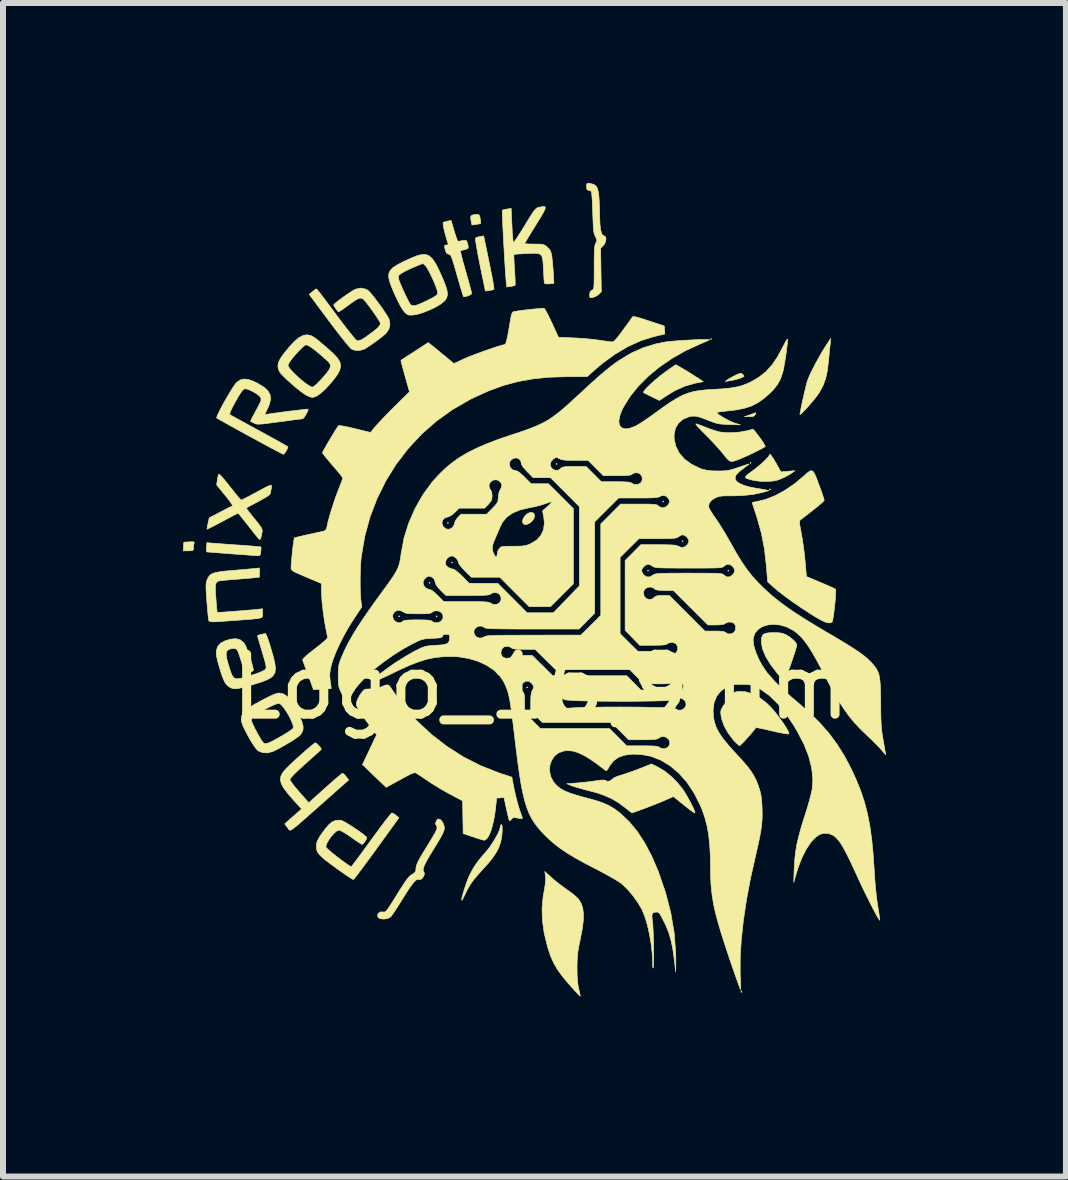
<source format=kicad_pcb>
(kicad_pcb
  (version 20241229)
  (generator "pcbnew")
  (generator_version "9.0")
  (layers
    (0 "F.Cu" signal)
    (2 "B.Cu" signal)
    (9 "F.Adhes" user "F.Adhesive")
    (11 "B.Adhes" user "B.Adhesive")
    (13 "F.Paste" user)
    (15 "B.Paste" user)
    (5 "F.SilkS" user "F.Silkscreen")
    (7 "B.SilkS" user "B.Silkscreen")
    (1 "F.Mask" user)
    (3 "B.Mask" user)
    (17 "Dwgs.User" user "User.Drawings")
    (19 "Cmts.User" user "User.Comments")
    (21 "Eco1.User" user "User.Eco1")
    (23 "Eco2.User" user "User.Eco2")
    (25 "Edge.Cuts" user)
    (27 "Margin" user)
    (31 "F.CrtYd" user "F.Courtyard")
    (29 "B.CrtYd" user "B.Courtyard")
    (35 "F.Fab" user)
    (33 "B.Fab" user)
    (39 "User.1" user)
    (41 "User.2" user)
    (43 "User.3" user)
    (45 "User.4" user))
  (footprint "Logo_16,9mm"
    (layer "F.Cu")
    (at 5.967 8.402)
    (property "Reference" "Logo_16,9mm" (at 0 0 0) (layer "F.SilkS") (effects (font (size 1 1) (thickness 0.15))))
    (attr exclude_from_pos_files exclude_from_bom)
    (fp_poly (pts (xy -2.354 -1.177) (xy -2.362 -1.168) (xy -2.371 -1.177) (xy -2.362 -1.185) (xy -2.354 -1.177)) (stroke (width 0.01) (type solid)) (fill yes) (layer "F.SilkS"))
    (fp_poly (pts (xy -1.846 -1.736) (xy -1.854 -1.727) (xy -1.863 -1.736) (xy -1.854 -1.744) (xy -1.846 -1.736)) (stroke (width 0.01) (type solid)) (fill yes) (layer "F.SilkS"))
    (fp_poly (pts (xy -1.727 -1.177) (xy -1.736 -1.168) (xy -1.744 -1.177) (xy -1.736 -1.185) (xy -1.727 -1.177)) (stroke (width 0.01) (type solid)) (fill yes) (layer "F.SilkS"))
    (fp_poly (pts (xy -1.541 -2.735) (xy -1.549 -2.726) (xy -1.558 -2.735) (xy -1.549 -2.743) (xy -1.541 -2.735)) (stroke (width 0.01) (type solid)) (fill yes) (layer "F.SilkS"))
    (fp_poly (pts (xy -1.473 -2.074) (xy -1.482 -2.066) (xy -1.49 -2.074) (xy -1.482 -2.083) (xy -1.473 -2.074)) (stroke (width 0.01) (type solid)) (fill yes) (layer "F.SilkS"))
    (fp_poly (pts (xy -0.22 0.008) (xy -0.229 0.017) (xy -0.237 0.008) (xy -0.229 0) (xy -0.22 0.008)) (stroke (width 0.01) (type solid)) (fill yes) (layer "F.SilkS"))
    (fp_poly (pts (xy 0.271 -3.717) (xy 0.262 -3.708) (xy 0.254 -3.717) (xy 0.262 -3.725) (xy 0.271 -3.717)) (stroke (width 0.01) (type solid)) (fill yes) (layer "F.SilkS"))
    (fp_poly (pts (xy 0.339 0.296) (xy 0.33 0.305) (xy 0.322 0.296) (xy 0.33 0.288) (xy 0.339 0.296)) (stroke (width 0.01) (type solid)) (fill yes) (layer "F.SilkS"))
    (fp_poly (pts (xy 1.795 -1.939) (xy 1.786 -1.93) (xy 1.778 -1.939) (xy 1.786 -1.947) (xy 1.795 -1.939)) (stroke (width 0.01) (type solid)) (fill yes) (layer "F.SilkS"))
    (fp_poly (pts (xy 2.049 -3.09) (xy 2.04 -3.082) (xy 2.032 -3.09) (xy 2.04 -3.099) (xy 2.049 -3.09)) (stroke (width 0.01) (type solid)) (fill yes) (layer "F.SilkS"))
    (fp_poly (pts (xy 2.371 -2.43) (xy 2.362 -2.421) (xy 2.354 -2.43) (xy 2.362 -2.438) (xy 2.371 -2.43)) (stroke (width 0.01) (type solid)) (fill yes) (layer "F.SilkS"))
    (fp_poly (pts (xy 2.845 -5.8) (xy 2.836 -5.791) (xy 2.828 -5.8) (xy 2.836 -5.808) (xy 2.845 -5.8)) (stroke (width 0.01) (type solid)) (fill yes) (layer "F.SilkS"))
    (fp_poly (pts (xy 3.133 -1.939) (xy 3.124 -1.93) (xy 3.116 -1.939) (xy 3.124 -1.947) (xy 3.133 -1.939)) (stroke (width 0.01) (type solid)) (fill yes) (layer "F.SilkS"))
    (fp_poly (pts (xy 3.505 -3.734) (xy 3.497 -3.725) (xy 3.488 -3.734) (xy 3.497 -3.742) (xy 3.505 -3.734)) (stroke (width 0.01) (type solid)) (fill yes) (layer "F.SilkS"))
    (fp_poly (pts (xy 3.827 -3.294) (xy 3.818 -3.285) (xy 3.81 -3.294) (xy 3.818 -3.302) (xy 3.827 -3.294)) (stroke (width 0.01) (type solid)) (fill yes) (layer "F.SilkS"))
    (fp_poly (pts (xy 3.347 5.069) (xy 3.349 5.089) (xy 3.347 5.091) (xy 3.337 5.089) (xy 3.336 5.08) (xy 3.342 5.066) (xy 3.347 5.069)) (stroke (width 0.01) (type solid)) (fill yes) (layer "F.SilkS"))
    (fp_poly (pts (xy 3.583 -4.559) (xy 3.573 -4.538) (xy 3.553 -4.516) (xy 3.518 -4.506) (xy 3.475 -4.505) (xy 3.395 -4.505) (xy 3.488 -4.538) (xy 3.539 -4.556) (xy 3.575 -4.568) (xy 3.586 -4.571) (xy 3.583 -4.559)) (stroke (width 0.01) (type solid)) (fill yes) (layer "F.SilkS"))
    (fp_poly (pts (xy -5.783 -2.416) (xy -5.778 -2.404) (xy -5.781 -2.396) (xy -5.789 -2.358) (xy -5.791 -2.318) (xy -5.793 -2.289) (xy -5.805 -2.275) (xy -5.835 -2.27) (xy -5.877 -2.269) (xy -5.962 -2.269) (xy -5.952 -2.413) (xy -5.861 -2.418) (xy -5.809 -2.42) (xy -5.783 -2.416)) (stroke (width 0.01) (type solid)) (fill yes) (layer "F.SilkS"))
    (fp_poly (pts (xy -0.12 -2.897) (xy -0.106 -2.866) (xy -0.105 -2.857) (xy -0.113 -2.813) (xy -0.141 -2.77) (xy -0.182 -2.734) (xy -0.228 -2.711) (xy -0.27 -2.708) (xy -0.294 -2.721) (xy -0.307 -2.755) (xy -0.298 -2.799) (xy -0.271 -2.844) (xy -0.233 -2.883) (xy -0.188 -2.906) (xy -0.157 -2.909) (xy -0.12 -2.897)) (stroke (width 0.01) (type solid)) (fill yes) (layer "F.SilkS"))
    (fp_poly (pts (xy -1.029 -7.868) (xy -1.017 -7.837) (xy -1.011 -7.809) (xy -1.004 -7.763) (xy -1.003 -7.732) (xy -1.005 -7.727) (xy -1.025 -7.72) (xy -1.067 -7.712) (xy -1.081 -7.71) (xy -1.149 -7.701) (xy -1.164 -7.775) (xy -1.171 -7.827) (xy -1.162 -7.856) (xy -1.13 -7.87) (xy -1.085 -7.877) (xy -1.048 -7.878) (xy -1.029 -7.868)) (stroke (width 0.01) (type solid)) (fill yes) (layer "F.SilkS"))
    (fp_poly (pts (xy 3.357 -5.219) (xy 3.361 -5.216) (xy 3.382 -5.192) (xy 3.387 -5.181) (xy 3.371 -5.168) (xy 3.332 -5.15) (xy 3.276 -5.132) (xy 3.213 -5.116) (xy 3.152 -5.105) (xy 3.15 -5.104) (xy 3.073 -5.094) (xy 3.121 -5.127) (xy 3.165 -5.154) (xy 3.222 -5.184) (xy 3.251 -5.199) (xy 3.303 -5.221) (xy 3.335 -5.227) (xy 3.357 -5.219)) (stroke (width 0.01) (type solid)) (fill yes) (layer "F.SilkS"))
    (fp_poly (pts (xy -0.901 -7.269) (xy -0.866 -7.096) (xy -0.837 -6.954) (xy -0.814 -6.84) (xy -0.798 -6.753) (xy -0.788 -6.691) (xy -0.783 -6.651) (xy -0.782 -6.63) (xy -0.784 -6.628) (xy -0.805 -6.619) (xy -0.847 -6.611) (xy -0.859 -6.609) (xy -0.925 -6.6) (xy -1.015 -7.036) (xy -1.038 -7.153) (xy -1.058 -7.259) (xy -1.074 -7.35) (xy -1.085 -7.42) (xy -1.09 -7.467) (xy -1.09 -7.484) (xy -1.065 -7.496) (xy -1.022 -7.507) (xy -1.014 -7.508) (xy -0.954 -7.519) (xy -0.901 -7.269)) (stroke (width 0.01) (type solid)) (fill yes) (layer "F.SilkS"))
    (fp_poly (pts (xy 2.348 -5.316) (xy 2.41 -5.28) (xy 2.486 -5.233) (xy 2.562 -5.185) (xy 2.578 -5.175) (xy 2.709 -5.09) (xy 2.567 -5.062) (xy 2.401 -5.014) (xy 2.234 -4.939) (xy 2.089 -4.851) (xy 2.037 -4.816) (xy 1.997 -4.79) (xy 1.976 -4.777) (xy 1.975 -4.776) (xy 1.96 -4.784) (xy 1.922 -4.802) (xy 1.867 -4.829) (xy 1.846 -4.84) (xy 1.787 -4.868) (xy 1.741 -4.891) (xy 1.716 -4.904) (xy 1.713 -4.905) (xy 1.713 -4.921) (xy 1.737 -4.954) (xy 1.779 -5) (xy 1.836 -5.055) (xy 1.905 -5.116) (xy 1.98 -5.178) (xy 2.059 -5.239) (xy 2.134 -5.293) (xy 2.249 -5.372) (xy 2.348 -5.316)) (stroke (width 0.01) (type solid)) (fill yes) (layer "F.SilkS"))
    (fp_poly (pts (xy 3.837 -3.863) (xy 3.869 -3.817) (xy 3.915 -3.74) (xy 3.92 -3.732) (xy 4.002 -3.585) (xy 4.236 -3.605) (xy 4.193 -3.572) (xy 4.157 -3.548) (xy 4.101 -3.517) (xy 4.038 -3.485) (xy 4.036 -3.484) (xy 3.968 -3.455) (xy 3.907 -3.438) (xy 3.84 -3.429) (xy 3.776 -3.426) (xy 3.676 -3.427) (xy 3.583 -3.437) (xy 3.533 -3.446) (xy 3.462 -3.465) (xy 3.421 -3.481) (xy 3.41 -3.499) (xy 3.427 -3.524) (xy 3.473 -3.561) (xy 3.517 -3.593) (xy 3.583 -3.643) (xy 3.649 -3.697) (xy 3.71 -3.751) (xy 3.761 -3.801) (xy 3.796 -3.84) (xy 3.81 -3.864) (xy 3.81 -3.864) (xy 3.817 -3.879) (xy 3.837 -3.863)) (stroke (width 0.01) (type solid)) (fill yes) (layer "F.SilkS"))
    (fp_poly (pts (xy -5.455 -2.395) (xy -5.402 -2.391) (xy -5.323 -2.385) (xy -5.225 -2.378) (xy -5.117 -2.37) (xy -5.007 -2.363) (xy -4.904 -2.355) (xy -4.813 -2.348) (xy -4.74 -2.342) (xy -4.69 -2.337) (xy -4.667 -2.334) (xy -4.666 -2.334) (xy -4.665 -2.315) (xy -4.668 -2.275) (xy -4.67 -2.256) (xy -4.676 -2.211) (xy -4.689 -2.191) (xy -4.714 -2.186) (xy -4.722 -2.187) (xy -4.751 -2.189) (xy -4.809 -2.193) (xy -4.889 -2.199) (xy -4.988 -2.206) (xy -5.098 -2.214) (xy -5.165 -2.219) (xy -5.277 -2.228) (xy -5.378 -2.235) (xy -5.463 -2.242) (xy -5.526 -2.247) (xy -5.563 -2.25) (xy -5.571 -2.251) (xy -5.575 -2.267) (xy -5.575 -2.305) (xy -5.574 -2.328) (xy -5.568 -2.404) (xy -5.455 -2.395)) (stroke (width 0.01) (type solid)) (fill yes) (layer "F.SilkS"))
    (fp_poly (pts (xy 3.884 -0.905) (xy 3.965 -0.903) (xy 4.024 -0.894) (xy 4.072 -0.877) (xy 4.089 -0.869) (xy 4.153 -0.829) (xy 4.208 -0.784) (xy 4.248 -0.74) (xy 4.267 -0.704) (xy 4.267 -0.699) (xy 4.261 -0.67) (xy 4.246 -0.616) (xy 4.224 -0.546) (xy 4.197 -0.465) (xy 4.168 -0.381) (xy 4.14 -0.303) (xy 4.114 -0.236) (xy 4.099 -0.199) (xy 4.076 -0.154) (xy 4.056 -0.124) (xy 4.048 -0.119) (xy 4.031 -0.131) (xy 3.999 -0.163) (xy 3.957 -0.209) (xy 3.944 -0.224) (xy 3.83 -0.373) (xy 3.747 -0.51) (xy 3.695 -0.634) (xy 3.675 -0.745) (xy 3.675 -0.76) (xy 3.68 -0.822) (xy 3.698 -0.864) (xy 3.735 -0.89) (xy 3.795 -0.902) (xy 3.883 -0.905) (xy 3.884 -0.905)) (stroke (width 0.01) (type solid)) (fill yes) (layer "F.SilkS"))
    (fp_poly (pts (xy 4.833 -5.793) (xy 4.829 -5.754) (xy 4.824 -5.711) (xy 4.817 -5.653) (xy 4.809 -5.573) (xy 4.8 -5.483) (xy 4.794 -5.417) (xy 4.775 -5.265) (xy 4.747 -5.137) (xy 4.705 -5.024) (xy 4.647 -4.917) (xy 4.633 -4.895) (xy 4.601 -4.85) (xy 4.558 -4.795) (xy 4.509 -4.736) (xy 4.458 -4.677) (xy 4.408 -4.623) (xy 4.366 -4.579) (xy 4.335 -4.55) (xy 4.32 -4.541) (xy 4.319 -4.542) (xy 4.322 -4.568) (xy 4.332 -4.619) (xy 4.346 -4.689) (xy 4.364 -4.771) (xy 4.383 -4.858) (xy 4.403 -4.942) (xy 4.421 -5.017) (xy 4.436 -5.075) (xy 4.445 -5.105) (xy 4.471 -5.171) (xy 4.511 -5.258) (xy 4.562 -5.358) (xy 4.619 -5.463) (xy 4.678 -5.568) (xy 4.736 -5.663) (xy 4.743 -5.674) (xy 4.781 -5.732) (xy 4.811 -5.777) (xy 4.829 -5.804) (xy 4.833 -5.808) (xy 4.833 -5.793)) (stroke (width 0.01) (type solid)) (fill yes) (layer "F.SilkS"))
    (fp_poly (pts (xy -0.65 2.302) (xy -0.645 2.335) (xy -0.644 2.387) (xy -0.648 2.45) (xy -0.656 2.516) (xy -0.668 2.578) (xy -0.67 2.583) (xy -0.697 2.667) (xy -0.737 2.749) (xy -0.793 2.835) (xy -0.869 2.931) (xy -0.968 3.041) (xy -0.969 3.042) (xy -1.055 3.137) (xy -1.122 3.218) (xy -1.176 3.294) (xy -1.222 3.372) (xy -1.266 3.463) (xy -1.274 3.479) (xy -1.297 3.526) (xy -1.313 3.553) (xy -1.32 3.555) (xy -1.32 3.554) (xy -1.315 3.514) (xy -1.299 3.451) (xy -1.276 3.375) (xy -1.249 3.293) (xy -1.22 3.214) (xy -1.193 3.148) (xy -1.183 3.128) (xy -1.13 3.029) (xy -1.073 2.941) (xy -1.004 2.852) (xy -0.92 2.754) (xy -0.867 2.69) (xy -0.814 2.614) (xy -0.764 2.534) (xy -0.722 2.458) (xy -0.692 2.392) (xy -0.678 2.343) (xy -0.677 2.336) (xy -0.669 2.304) (xy -0.66 2.294) (xy -0.65 2.302)) (stroke (width 0.01) (type solid)) (fill yes) (layer "F.SilkS"))
    (fp_poly (pts (xy 2.61 -4.38) (xy 2.657 -4.363) (xy 2.719 -4.34) (xy 2.747 -4.328) (xy 2.826 -4.298) (xy 2.908 -4.271) (xy 2.977 -4.252) (xy 2.989 -4.25) (xy 3.085 -4.239) (xy 3.2 -4.239) (xy 3.32 -4.249) (xy 3.432 -4.27) (xy 3.45 -4.274) (xy 3.539 -4.298) (xy 3.596 -4.228) (xy 3.638 -4.173) (xy 3.678 -4.117) (xy 3.712 -4.066) (xy 3.734 -4.027) (xy 3.741 -4.008) (xy 3.741 -4.007) (xy 3.713 -3.99) (xy 3.662 -3.962) (xy 3.596 -3.929) (xy 3.524 -3.893) (xy 3.452 -3.859) (xy 3.39 -3.831) (xy 3.36 -3.819) (xy 3.278 -3.785) (xy 3.22 -3.765) (xy 3.178 -3.759) (xy 3.145 -3.768) (xy 3.112 -3.796) (xy 3.072 -3.843) (xy 3.034 -3.892) (xy 2.975 -3.961) (xy 2.901 -4.044) (xy 2.82 -4.13) (xy 2.743 -4.208) (xy 2.739 -4.212) (xy 2.678 -4.273) (xy 2.63 -4.324) (xy 2.597 -4.362) (xy 2.583 -4.383) (xy 2.585 -4.386) (xy 2.61 -4.38)) (stroke (width 0.01) (type solid)) (fill yes) (layer "F.SilkS"))
    (fp_poly (pts (xy 0.181 3.182) (xy 0.251 3.242) (xy 0.334 3.307) (xy 0.416 3.367) (xy 0.437 3.382) (xy 0.504 3.429) (xy 0.564 3.477) (xy 0.61 3.519) (xy 0.625 3.534) (xy 0.669 3.603) (xy 0.698 3.685) (xy 0.71 3.784) (xy 0.707 3.903) (xy 0.689 4.045) (xy 0.658 4.203) (xy 0.635 4.313) (xy 0.619 4.403) (xy 0.61 4.486) (xy 0.605 4.575) (xy 0.603 4.682) (xy 0.605 4.811) (xy 0.612 4.913) (xy 0.623 4.996) (xy 0.632 5.036) (xy 0.646 5.094) (xy 0.654 5.137) (xy 0.656 5.157) (xy 0.656 5.158) (xy 0.644 5.147) (xy 0.613 5.115) (xy 0.568 5.067) (xy 0.512 5.004) (xy 0.469 4.956) (xy 0.363 4.831) (xy 0.28 4.716) (xy 0.215 4.605) (xy 0.162 4.487) (xy 0.118 4.354) (xy 0.11 4.327) (xy 0.055 4.102) (xy 0.026 3.893) (xy 0.02 3.694) (xy 0.038 3.498) (xy 0.052 3.421) (xy 0.072 3.298) (xy 0.079 3.203) (xy 0.077 3.16) (xy 0.066 3.078) (xy 0.181 3.182)) (stroke (width 0.01) (type solid)) (fill yes) (layer "F.SilkS"))
    (fp_poly (pts (xy 3.398 0.078) (xy 3.516 0.11) (xy 3.636 0.173) (xy 3.756 0.263) (xy 3.837 0.343) (xy 3.89 0.402) (xy 3.945 0.472) (xy 3.999 0.545) (xy 4.049 0.616) (xy 4.091 0.681) (xy 4.121 0.734) (xy 4.136 0.77) (xy 4.135 0.782) (xy 4.114 0.784) (xy 4.064 0.778) (xy 3.99 0.764) (xy 3.896 0.744) (xy 3.855 0.734) (xy 3.766 0.713) (xy 3.688 0.696) (xy 3.629 0.684) (xy 3.593 0.679) (xy 3.585 0.679) (xy 3.555 0.718) (xy 3.514 0.768) (xy 3.465 0.824) (xy 3.416 0.879) (xy 3.371 0.927) (xy 3.336 0.963) (xy 3.315 0.98) (xy 3.313 0.981) (xy 3.293 0.968) (xy 3.259 0.936) (xy 3.215 0.89) (xy 3.202 0.875) (xy 3.119 0.764) (xy 3.055 0.648) (xy 3.014 0.534) (xy 3.003 0.471) (xy 2.999 0.43) (xy 3.001 0.398) (xy 3.011 0.368) (xy 3.033 0.33) (xy 3.07 0.277) (xy 3.101 0.234) (xy 3.15 0.169) (xy 3.185 0.126) (xy 3.213 0.1) (xy 3.24 0.086) (xy 3.272 0.079) (xy 3.285 0.077) (xy 3.398 0.078)) (stroke (width 0.01) (type solid)) (fill yes) (layer "F.SilkS"))
    (fp_poly (pts (xy -1.445 -7.601) (xy -1.423 -7.53) (xy -1.403 -7.473) (xy -1.387 -7.437) (xy -1.379 -7.428) (xy -1.353 -7.433) (xy -1.31 -7.441) (xy -1.301 -7.442) (xy -1.26 -7.448) (xy -1.239 -7.439) (xy -1.226 -7.407) (xy -1.221 -7.39) (xy -1.21 -7.34) (xy -1.216 -7.312) (xy -1.245 -7.296) (xy -1.274 -7.289) (xy -1.315 -7.279) (xy -1.339 -7.271) (xy -1.34 -7.271) (xy -1.339 -7.254) (xy -1.329 -7.209) (xy -1.312 -7.141) (xy -1.289 -7.055) (xy -1.261 -6.957) (xy -1.251 -6.922) (xy -1.222 -6.819) (xy -1.196 -6.726) (xy -1.175 -6.649) (xy -1.16 -6.592) (xy -1.152 -6.562) (xy -1.152 -6.558) (xy -1.166 -6.543) (xy -1.201 -6.526) (xy -1.243 -6.511) (xy -1.282 -6.503) (xy -1.287 -6.503) (xy -1.294 -6.518) (xy -1.308 -6.561) (xy -1.329 -6.628) (xy -1.354 -6.714) (xy -1.383 -6.813) (xy -1.396 -6.858) (xy -1.429 -6.975) (xy -1.455 -7.063) (xy -1.475 -7.126) (xy -1.491 -7.169) (xy -1.504 -7.195) (xy -1.516 -7.209) (xy -1.529 -7.213) (xy -1.535 -7.214) (xy -1.563 -7.222) (xy -1.582 -7.251) (xy -1.591 -7.277) (xy -1.604 -7.328) (xy -1.606 -7.355) (xy -1.595 -7.365) (xy -1.573 -7.366) (xy -1.547 -7.374) (xy -1.545 -7.387) (xy -1.565 -7.446) (xy -1.585 -7.515) (xy -1.604 -7.586) (xy -1.619 -7.652) (xy -1.628 -7.705) (xy -1.631 -7.737) (xy -1.629 -7.742) (xy -1.603 -7.754) (xy -1.56 -7.765) (xy -1.555 -7.766) (xy -1.496 -7.776) (xy -1.445 -7.601)) (stroke (width 0.01) (type solid)) (fill yes) (layer "F.SilkS"))
    (fp_poly (pts (xy 1.959 1.341) (xy 2.064 1.404) (xy 2.172 1.491) (xy 2.275 1.594) (xy 2.362 1.701) (xy 2.399 1.757) (xy 2.439 1.824) (xy 2.479 1.897) (xy 2.516 1.967) (xy 2.546 2.029) (xy 2.565 2.076) (xy 2.571 2.101) (xy 2.571 2.101) (xy 2.556 2.097) (xy 2.521 2.074) (xy 2.47 2.037) (xy 2.408 1.987) (xy 2.39 1.973) (xy 2.325 1.92) (xy 2.27 1.876) (xy 2.23 1.844) (xy 2.21 1.829) (xy 2.209 1.829) (xy 2.192 1.835) (xy 2.152 1.853) (xy 2.096 1.878) (xy 2.071 1.889) (xy 2.023 1.91) (xy 1.956 1.937) (xy 1.878 1.968) (xy 1.794 2.001) (xy 1.712 2.032) (xy 1.636 2.06) (xy 1.575 2.082) (xy 1.533 2.096) (xy 1.519 2.1) (xy 1.504 2.09) (xy 1.469 2.063) (xy 1.421 2.025) (xy 1.396 2.005) (xy 1.289 1.927) (xy 1.179 1.862) (xy 1.059 1.809) (xy 0.92 1.762) (xy 0.806 1.732) (xy 0.714 1.708) (xy 0.629 1.684) (xy 0.557 1.663) (xy 0.509 1.646) (xy 0.5 1.643) (xy 0.432 1.614) (xy 0.599 1.602) (xy 0.694 1.593) (xy 0.797 1.582) (xy 0.89 1.569) (xy 0.912 1.566) (xy 0.994 1.555) (xy 1.049 1.552) (xy 1.074 1.558) (xy 1.111 1.574) (xy 1.154 1.567) (xy 1.188 1.541) (xy 1.22 1.515) (xy 1.28 1.489) (xy 1.338 1.471) (xy 1.407 1.449) (xy 1.495 1.419) (xy 1.589 1.385) (xy 1.654 1.36) (xy 1.844 1.284) (xy 1.959 1.341)) (stroke (width 0.01) (type solid)) (fill yes) (layer "F.SilkS"))
    (fp_poly (pts (xy -3.742 0.942) (xy -3.711 0.97) (xy -3.7 0.982) (xy -3.67 1.015) (xy -3.661 1.035) (xy -3.672 1.053) (xy -3.684 1.064) (xy -3.707 1.085) (xy -3.75 1.124) (xy -3.81 1.177) (xy -3.88 1.24) (xy -3.95 1.302) (xy -4.038 1.383) (xy -4.107 1.449) (xy -4.155 1.5) (xy -4.18 1.533) (xy -4.183 1.542) (xy -4.175 1.564) (xy -4.152 1.6) (xy -4.111 1.654) (xy -4.051 1.725) (xy -3.97 1.818) (xy -3.926 1.867) (xy -3.869 1.931) (xy -3.595 1.685) (xy -3.514 1.613) (xy -3.441 1.549) (xy -3.38 1.497) (xy -3.334 1.46) (xy -3.309 1.441) (xy -3.305 1.439) (xy -3.286 1.452) (xy -3.257 1.482) (xy -3.247 1.495) (xy -3.204 1.551) (xy -3.652 1.948) (xy -3.782 2.063) (xy -3.888 2.157) (xy -3.973 2.232) (xy -4.041 2.291) (xy -4.092 2.334) (xy -4.131 2.363) (xy -4.158 2.381) (xy -4.177 2.388) (xy -4.191 2.387) (xy -4.201 2.379) (xy -4.21 2.366) (xy -4.221 2.349) (xy -4.225 2.344) (xy -4.271 2.283) (xy -4.18 2.203) (xy -4.126 2.155) (xy -4.074 2.11) (xy -4.039 2.079) (xy -3.989 2.036) (xy -4.139 1.869) (xy -4.227 1.766) (xy -4.29 1.682) (xy -4.328 1.61) (xy -4.343 1.547) (xy -4.334 1.488) (xy -4.303 1.428) (xy -4.249 1.365) (xy -4.213 1.328) (xy -4.155 1.273) (xy -4.088 1.211) (xy -4.017 1.147) (xy -3.947 1.084) (xy -3.881 1.027) (xy -3.826 0.98) (xy -3.784 0.947) (xy -3.763 0.932) (xy -3.761 0.931) (xy -3.742 0.942)) (stroke (width 0.01) (type solid)) (fill yes) (layer "F.SilkS"))
    (fp_poly (pts (xy 0.807 -8.396) (xy 0.824 -8.393) (xy 0.881 -8.378) (xy 0.921 -8.349) (xy 0.946 -8.302) (xy 0.962 -8.23) (xy 0.968 -8.174) (xy 0.973 -8.097) (xy 0.977 -8) (xy 0.98 -7.899) (xy 0.981 -7.835) (xy 0.986 -7.708) (xy 0.998 -7.613) (xy 1.017 -7.551) (xy 1.045 -7.521) (xy 1.057 -7.518) (xy 1.079 -7.505) (xy 1.086 -7.472) (xy 1.079 -7.428) (xy 1.06 -7.383) (xy 1.04 -7.357) (xy 0.996 -7.313) (xy 1.002 -6.951) (xy 1.008 -6.588) (xy 0.965 -6.546) (xy 0.919 -6.512) (xy 0.868 -6.492) (xy 0.831 -6.487) (xy 0.816 -6.498) (xy 0.813 -6.533) (xy 0.813 -6.539) (xy 0.82 -6.584) (xy 0.844 -6.61) (xy 0.851 -6.613) (xy 0.863 -6.619) (xy 0.873 -6.628) (xy 0.88 -6.645) (xy 0.884 -6.674) (xy 0.887 -6.72) (xy 0.888 -6.785) (xy 0.889 -6.877) (xy 0.889 -6.994) (xy 0.889 -7.119) (xy 0.891 -7.214) (xy 0.893 -7.284) (xy 0.897 -7.334) (xy 0.903 -7.368) (xy 0.911 -7.391) (xy 0.916 -7.4) (xy 0.932 -7.429) (xy 0.933 -7.454) (xy 0.918 -7.491) (xy 0.909 -7.508) (xy 0.897 -7.535) (xy 0.887 -7.566) (xy 0.88 -7.608) (xy 0.875 -7.664) (xy 0.871 -7.741) (xy 0.867 -7.844) (xy 0.865 -7.906) (xy 0.861 -8.01) (xy 0.857 -8.102) (xy 0.852 -8.178) (xy 0.847 -8.232) (xy 0.842 -8.258) (xy 0.841 -8.259) (xy 0.815 -8.277) (xy 0.795 -8.28) (xy 0.772 -8.287) (xy 0.763 -8.313) (xy 0.762 -8.342) (xy 0.764 -8.382) (xy 0.775 -8.397) (xy 0.807 -8.396)) (stroke (width 0.01) (type solid)) (fill yes) (layer "F.SilkS"))
    (fp_poly (pts (xy -3.831 -5.856) (xy -3.77 -5.821) (xy -3.737 -5.796) (xy -3.685 -5.753) (xy -3.622 -5.7) (xy -3.554 -5.643) (xy -3.553 -5.641) (xy -3.458 -5.555) (xy -3.39 -5.482) (xy -3.35 -5.416) (xy -3.337 -5.352) (xy -3.351 -5.285) (xy -3.39 -5.21) (xy -3.456 -5.121) (xy -3.511 -5.055) (xy -3.596 -4.962) (xy -3.675 -4.892) (xy -3.743 -4.846) (xy -3.799 -4.827) (xy -3.808 -4.826) (xy -3.841 -4.834) (xy -3.886 -4.851) (xy -3.898 -4.856) (xy -3.942 -4.882) (xy -4.001 -4.925) (xy -4.07 -4.98) (xy -4.143 -5.041) (xy -4.214 -5.105) (xy -4.277 -5.164) (xy -4.326 -5.215) (xy -4.356 -5.252) (xy -4.359 -5.258) (xy -4.379 -5.31) (xy -4.384 -5.361) (xy -4.384 -5.361) (xy -4.216 -5.361) (xy -4.204 -5.331) (xy -4.169 -5.286) (xy -4.118 -5.231) (xy -4.057 -5.173) (xy -3.991 -5.116) (xy -3.927 -5.065) (xy -3.87 -5.026) (xy -3.826 -5.002) (xy -3.805 -4.999) (xy -3.78 -5.013) (xy -3.739 -5.048) (xy -3.688 -5.099) (xy -3.637 -5.154) (xy -3.572 -5.23) (xy -3.53 -5.289) (xy -3.51 -5.334) (xy -3.51 -5.371) (xy -3.528 -5.404) (xy -3.552 -5.43) (xy -3.65 -5.518) (xy -3.737 -5.592) (xy -3.811 -5.649) (xy -3.869 -5.687) (xy -3.907 -5.703) (xy -3.914 -5.704) (xy -3.943 -5.688) (xy -3.985 -5.652) (xy -4.036 -5.601) (xy -4.089 -5.543) (xy -4.14 -5.483) (xy -4.181 -5.428) (xy -4.209 -5.384) (xy -4.216 -5.361) (xy -4.384 -5.361) (xy -4.373 -5.413) (xy -4.343 -5.473) (xy -4.293 -5.546) (xy -4.221 -5.635) (xy -4.199 -5.661) (xy -4.111 -5.757) (xy -4.033 -5.823) (xy -3.963 -5.86) (xy -3.897 -5.871) (xy -3.831 -5.856)) (stroke (width 0.01) (type solid)) (fill yes) (layer "F.SilkS"))
    (fp_poly (pts (xy -1.916 -7.208) (xy -1.86 -7.185) (xy -1.809 -7.139) (xy -1.759 -7.066) (xy -1.707 -6.966) (xy -1.648 -6.837) (xy -1.627 -6.788) (xy -1.586 -6.684) (xy -1.563 -6.604) (xy -1.557 -6.541) (xy -1.569 -6.489) (xy -1.599 -6.444) (xy -1.623 -6.419) (xy -1.683 -6.374) (xy -1.765 -6.327) (xy -1.861 -6.282) (xy -1.96 -6.242) (xy -2.051 -6.214) (xy -2.121 -6.201) (xy -2.177 -6.198) (xy -2.213 -6.203) (xy -2.243 -6.221) (xy -2.274 -6.251) (xy -2.307 -6.294) (xy -2.348 -6.363) (xy -2.394 -6.454) (xy -2.429 -6.528) (xy -2.482 -6.651) (xy -2.519 -6.75) (xy -2.537 -6.828) (xy -2.537 -6.838) (xy -2.376 -6.838) (xy -2.374 -6.81) (xy -2.361 -6.768) (xy -2.336 -6.707) (xy -2.299 -6.621) (xy -2.297 -6.618) (xy -2.261 -6.539) (xy -2.226 -6.468) (xy -2.198 -6.414) (xy -2.178 -6.382) (xy -2.177 -6.38) (xy -2.155 -6.362) (xy -2.129 -6.355) (xy -2.091 -6.359) (xy -2.037 -6.377) (xy -1.962 -6.41) (xy -1.892 -6.443) (xy -1.807 -6.486) (xy -1.749 -6.522) (xy -1.721 -6.549) (xy -1.719 -6.554) (xy -1.721 -6.584) (xy -1.736 -6.636) (xy -1.761 -6.704) (xy -1.793 -6.779) (xy -1.828 -6.856) (xy -1.863 -6.926) (xy -1.895 -6.983) (xy -1.921 -7.019) (xy -1.925 -7.023) (xy -1.965 -7.06) (xy -2.045 -7.028) (xy -2.163 -6.979) (xy -2.257 -6.934) (xy -2.325 -6.896) (xy -2.364 -6.866) (xy -2.371 -6.858) (xy -2.376 -6.838) (xy -2.537 -6.838) (xy -2.535 -6.89) (xy -2.512 -6.942) (xy -2.467 -6.989) (xy -2.398 -7.034) (xy -2.304 -7.083) (xy -2.273 -7.098) (xy -2.157 -7.152) (xy -2.061 -7.19) (xy -1.982 -7.209) (xy -1.916 -7.208)) (stroke (width 0.01) (type solid)) (fill yes) (layer "F.SilkS"))
    (fp_poly (pts (xy 4.536 -3.594) (xy 4.561 -3.558) (xy 4.589 -3.496) (xy 4.624 -3.404) (xy 4.633 -3.378) (xy 4.665 -3.293) (xy 4.691 -3.218) (xy 4.711 -3.159) (xy 4.722 -3.123) (xy 4.723 -3.116) (xy 4.718 -3.104) (xy 4.703 -3.086) (xy 4.674 -3.06) (xy 4.629 -3.022) (xy 4.566 -2.971) (xy 4.482 -2.904) (xy 4.374 -2.821) (xy 4.326 -2.784) (xy 4.317 -2.772) (xy 4.313 -2.75) (xy 4.315 -2.714) (xy 4.324 -2.656) (xy 4.34 -2.573) (xy 4.343 -2.554) (xy 4.361 -2.452) (xy 4.379 -2.332) (xy 4.394 -2.208) (xy 4.406 -2.094) (xy 4.406 -2.091) (xy 4.428 -1.84) (xy 4.665 -1.741) (xy 4.748 -1.705) (xy 4.82 -1.674) (xy 4.875 -1.649) (xy 4.907 -1.633) (xy 4.913 -1.629) (xy 4.917 -1.607) (xy 4.916 -1.56) (xy 4.912 -1.492) (xy 4.905 -1.413) (xy 4.896 -1.329) (xy 4.886 -1.247) (xy 4.876 -1.174) (xy 4.866 -1.118) (xy 4.857 -1.085) (xy 4.854 -1.08) (xy 4.823 -1.068) (xy 4.785 -1.068) (xy 4.736 -1.083) (xy 4.671 -1.114) (xy 4.586 -1.162) (xy 4.496 -1.218) (xy 4.349 -1.314) (xy 4.207 -1.411) (xy 4.076 -1.506) (xy 3.962 -1.594) (xy 3.871 -1.671) (xy 3.859 -1.682) (xy 3.781 -1.754) (xy 3.76 -2.013) (xy 3.728 -2.297) (xy 3.677 -2.562) (xy 3.604 -2.821) (xy 3.591 -2.863) (xy 3.565 -2.941) (xy 3.544 -3.006) (xy 3.529 -3.052) (xy 3.522 -3.073) (xy 3.522 -3.073) (xy 3.537 -3.078) (xy 3.575 -3.086) (xy 3.599 -3.09) (xy 3.749 -3.126) (xy 3.908 -3.19) (xy 4.072 -3.279) (xy 4.234 -3.39) (xy 4.386 -3.518) (xy 4.439 -3.565) (xy 4.479 -3.595) (xy 4.51 -3.606) (xy 4.536 -3.594)) (stroke (width 0.01) (type solid)) (fill yes) (layer "F.SilkS"))
    (fp_poly (pts (xy -4.691 -1.831) (xy -4.763 -1.822) (xy -4.806 -1.817) (xy -4.874 -1.811) (xy -4.96 -1.804) (xy -5.053 -1.796) (xy -5.08 -1.794) (xy -5.171 -1.787) (xy -5.252 -1.78) (xy -5.316 -1.773) (xy -5.357 -1.768) (xy -5.364 -1.767) (xy -5.392 -1.756) (xy -5.411 -1.737) (xy -5.423 -1.704) (xy -5.427 -1.653) (xy -5.425 -1.578) (xy -5.417 -1.475) (xy -5.417 -1.47) (xy -5.41 -1.387) (xy -5.404 -1.317) (xy -5.399 -1.267) (xy -5.396 -1.243) (xy -5.396 -1.242) (xy -5.379 -1.242) (xy -5.334 -1.245) (xy -5.268 -1.249) (xy -5.187 -1.255) (xy -5.096 -1.262) (xy -5.003 -1.269) (xy -4.912 -1.277) (xy -4.83 -1.283) (xy -4.763 -1.289) (xy -4.718 -1.294) (xy -4.712 -1.295) (xy -4.64 -1.303) (xy -4.64 -1.228) (xy -4.639 -1.202) (xy -4.64 -1.181) (xy -4.647 -1.166) (xy -4.662 -1.154) (xy -4.691 -1.145) (xy -4.736 -1.138) (xy -4.802 -1.131) (xy -4.892 -1.123) (xy -5.01 -1.115) (xy -5.08 -1.11) (xy -5.216 -1.1) (xy -5.322 -1.092) (xy -5.401 -1.087) (xy -5.459 -1.085) (xy -5.497 -1.087) (xy -5.521 -1.093) (xy -5.534 -1.103) (xy -5.54 -1.117) (xy -5.542 -1.137) (xy -5.544 -1.156) (xy -5.549 -1.199) (xy -5.555 -1.267) (xy -5.562 -1.353) (xy -5.57 -1.446) (xy -5.572 -1.474) (xy -5.579 -1.574) (xy -5.582 -1.647) (xy -5.582 -1.699) (xy -5.578 -1.738) (xy -5.57 -1.77) (xy -5.563 -1.788) (xy -5.543 -1.83) (xy -5.518 -1.862) (xy -5.482 -1.887) (xy -5.43 -1.905) (xy -5.359 -1.919) (xy -5.263 -1.931) (xy -5.158 -1.94) (xy -5.057 -1.949) (xy -4.959 -1.957) (xy -4.874 -1.965) (xy -4.809 -1.971) (xy -4.788 -1.973) (xy -4.691 -1.983) (xy -4.691 -1.831)) (stroke (width 0.01) (type solid)) (fill yes) (layer "F.SilkS"))
    (fp_poly (pts (xy -1.67 2.216) (xy -1.639 2.255) (xy -1.616 2.306) (xy -1.609 2.353) (xy -1.612 2.381) (xy -1.624 2.418) (xy -1.647 2.466) (xy -1.682 2.53) (xy -1.733 2.615) (xy -1.786 2.702) (xy -1.855 2.814) (xy -1.905 2.902) (xy -1.939 2.969) (xy -1.958 3.018) (xy -1.963 3.054) (xy -1.956 3.08) (xy -1.947 3.093) (xy -1.94 3.119) (xy -1.958 3.163) (xy -1.959 3.164) (xy -1.986 3.201) (xy -2.013 3.211) (xy -2.027 3.209) (xy -2.051 3.208) (xy -2.077 3.218) (xy -2.106 3.243) (xy -2.142 3.286) (xy -2.187 3.348) (xy -2.244 3.435) (xy -2.31 3.541) (xy -2.364 3.628) (xy -2.414 3.705) (xy -2.457 3.769) (xy -2.488 3.814) (xy -2.505 3.834) (xy -2.553 3.86) (xy -2.616 3.871) (xy -2.676 3.865) (xy -2.688 3.861) (xy -2.717 3.836) (xy -2.722 3.803) (xy -2.706 3.771) (xy -2.675 3.751) (xy -2.638 3.751) (xy -2.618 3.754) (xy -2.6 3.751) (xy -2.581 3.737) (xy -2.556 3.708) (xy -2.524 3.662) (xy -2.48 3.593) (xy -2.43 3.514) (xy -2.361 3.401) (xy -2.305 3.315) (xy -2.262 3.249) (xy -2.228 3.202) (xy -2.2 3.169) (xy -2.176 3.146) (xy -2.153 3.129) (xy -2.142 3.123) (xy -2.102 3.096) (xy -2.085 3.066) (xy -2.083 3.035) (xy -2.081 3.006) (xy -2.073 2.973) (xy -2.057 2.934) (xy -2.032 2.883) (xy -1.995 2.817) (xy -1.943 2.731) (xy -1.875 2.621) (xy -1.871 2.613) (xy -1.813 2.518) (xy -1.771 2.447) (xy -1.745 2.395) (xy -1.732 2.359) (xy -1.731 2.334) (xy -1.74 2.315) (xy -1.747 2.307) (xy -1.756 2.277) (xy -1.746 2.24) (xy -1.725 2.21) (xy -1.703 2.201) (xy -1.67 2.216)) (stroke (width 0.01) (type solid)) (fill yes) (layer "F.SilkS"))
    (fp_poly (pts (xy -4.295 0.115) (xy -4.231 0.157) (xy -4.17 0.228) (xy -4.135 0.283) (xy -4.065 0.406) (xy -4.014 0.506) (xy -3.981 0.587) (xy -3.964 0.652) (xy -3.964 0.705) (xy -3.978 0.751) (xy -4.006 0.794) (xy -4.012 0.8) (xy -4.045 0.829) (xy -4.101 0.868) (xy -4.173 0.915) (xy -4.255 0.963) (xy -4.338 1.011) (xy -4.417 1.052) (xy -4.476 1.079) (xy -4.556 1.1) (xy -4.636 1.096) (xy -4.705 1.07) (xy -4.722 1.058) (xy -4.755 1.021) (xy -4.797 0.96) (xy -4.844 0.885) (xy -4.89 0.802) (xy -4.933 0.72) (xy -4.967 0.647) (xy -4.987 0.589) (xy -4.991 0.571) (xy -4.992 0.553) (xy -4.826 0.553) (xy -4.818 0.584) (xy -4.797 0.635) (xy -4.766 0.698) (xy -4.73 0.766) (xy -4.693 0.831) (xy -4.659 0.887) (xy -4.632 0.925) (xy -4.618 0.937) (xy -4.596 0.944) (xy -4.571 0.943) (xy -4.538 0.933) (xy -4.491 0.912) (xy -4.426 0.877) (xy -4.349 0.834) (xy -4.273 0.79) (xy -4.207 0.749) (xy -4.158 0.715) (xy -4.131 0.692) (xy -4.129 0.688) (xy -4.127 0.655) (xy -4.143 0.603) (xy -4.171 0.538) (xy -4.208 0.467) (xy -4.25 0.399) (xy -4.292 0.339) (xy -4.331 0.295) (xy -4.363 0.274) (xy -4.366 0.274) (xy -4.397 0.28) (xy -4.451 0.3) (xy -4.519 0.332) (xy -4.568 0.357) (xy -4.663 0.408) (xy -4.732 0.448) (xy -4.778 0.479) (xy -4.807 0.503) (xy -4.821 0.526) (xy -4.826 0.548) (xy -4.826 0.553) (xy -4.992 0.553) (xy -4.994 0.52) (xy -4.984 0.474) (xy -4.959 0.431) (xy -4.917 0.387) (xy -4.853 0.34) (xy -4.766 0.286) (xy -4.651 0.223) (xy -4.6 0.196) (xy -4.509 0.151) (xy -4.434 0.119) (xy -4.38 0.103) (xy -4.365 0.102) (xy -4.295 0.115)) (stroke (width 0.01) (type solid)) (fill yes) (layer "F.SilkS"))
    (fp_poly (pts (xy -2.458 2.111) (xy -2.422 2.135) (xy -2.415 2.141) (xy -2.366 2.181) (xy -2.737 2.694) (xy -2.821 2.81) (xy -2.9 2.917) (xy -2.97 3.012) (xy -3.03 3.092) (xy -3.077 3.154) (xy -3.109 3.195) (xy -3.124 3.211) (xy -3.125 3.211) (xy -3.143 3.204) (xy -3.184 3.179) (xy -3.243 3.14) (xy -3.315 3.09) (xy -3.387 3.039) (xy -3.496 2.959) (xy -3.581 2.895) (xy -3.644 2.843) (xy -3.689 2.799) (xy -3.718 2.762) (xy -3.734 2.726) (xy -3.741 2.69) (xy -3.742 2.661) (xy -3.739 2.612) (xy -3.726 2.567) (xy -3.698 2.515) (xy -3.67 2.471) (xy -3.598 2.37) (xy -3.536 2.298) (xy -3.478 2.25) (xy -3.421 2.226) (xy -3.362 2.221) (xy -3.329 2.225) (xy -3.297 2.238) (xy -3.246 2.266) (xy -3.182 2.306) (xy -3.111 2.351) (xy -3.042 2.398) (xy -2.979 2.443) (xy -2.932 2.48) (xy -2.905 2.505) (xy -2.903 2.507) (xy -2.906 2.53) (xy -2.924 2.565) (xy -2.949 2.599) (xy -2.973 2.622) (xy -2.981 2.625) (xy -3 2.615) (xy -3.041 2.59) (xy -3.097 2.552) (xy -3.162 2.506) (xy -3.229 2.46) (xy -3.29 2.422) (xy -3.338 2.396) (xy -3.364 2.388) (xy -3.401 2.401) (xy -3.445 2.438) (xy -3.491 2.489) (xy -3.533 2.547) (xy -3.566 2.603) (xy -3.583 2.651) (xy -3.582 2.674) (xy -3.566 2.692) (xy -3.529 2.726) (xy -3.476 2.77) (xy -3.413 2.82) (xy -3.347 2.871) (xy -3.282 2.919) (xy -3.226 2.959) (xy -3.184 2.986) (xy -3.161 2.997) (xy -3.161 2.997) (xy -3.149 2.984) (xy -3.12 2.947) (xy -3.076 2.888) (xy -3.019 2.812) (xy -2.953 2.721) (xy -2.878 2.618) (xy -2.827 2.548) (xy -2.748 2.44) (xy -2.675 2.342) (xy -2.611 2.256) (xy -2.556 2.186) (xy -2.515 2.134) (xy -2.49 2.106) (xy -2.483 2.1) (xy -2.458 2.111)) (stroke (width 0.01) (type solid)) (fill yes) (layer "F.SilkS"))
    (fp_poly (pts (xy -5.353 -3.538) (xy -5.321 -3.506) (xy -5.277 -3.455) (xy -5.223 -3.389) (xy -5.181 -3.336) (xy -5.123 -3.263) (xy -5.072 -3.199) (xy -5.03 -3.151) (xy -5.004 -3.122) (xy -4.995 -3.116) (xy -4.976 -3.123) (xy -4.933 -3.145) (xy -4.871 -3.176) (xy -4.797 -3.216) (xy -4.764 -3.233) (xy -4.665 -3.287) (xy -4.593 -3.325) (xy -4.542 -3.35) (xy -4.511 -3.362) (xy -4.494 -3.362) (xy -4.489 -3.352) (xy -4.49 -3.333) (xy -4.494 -3.309) (xy -4.504 -3.259) (xy -4.513 -3.22) (xy -4.514 -3.215) (xy -4.532 -3.197) (xy -4.573 -3.169) (xy -4.634 -3.133) (xy -4.706 -3.093) (xy -4.716 -3.088) (xy -4.789 -3.05) (xy -4.849 -3.018) (xy -4.891 -2.993) (xy -4.91 -2.981) (xy -4.91 -2.98) (xy -4.9 -2.964) (xy -4.873 -2.927) (xy -4.832 -2.875) (xy -4.782 -2.812) (xy -4.774 -2.803) (xy -4.717 -2.733) (xy -4.68 -2.683) (xy -4.657 -2.647) (xy -4.647 -2.62) (xy -4.645 -2.595) (xy -4.648 -2.575) (xy -4.662 -2.507) (xy -4.674 -2.468) (xy -4.687 -2.456) (xy -4.687 -2.456) (xy -4.701 -2.469) (xy -4.732 -2.504) (xy -4.775 -2.557) (xy -4.828 -2.624) (xy -4.868 -2.676) (xy -4.926 -2.749) (xy -4.976 -2.812) (xy -5.015 -2.86) (xy -5.04 -2.889) (xy -5.047 -2.895) (xy -5.065 -2.888) (xy -5.107 -2.867) (xy -5.168 -2.835) (xy -5.244 -2.795) (xy -5.308 -2.76) (xy -5.392 -2.716) (xy -5.464 -2.678) (xy -5.52 -2.65) (xy -5.555 -2.633) (xy -5.565 -2.629) (xy -5.564 -2.647) (xy -5.557 -2.688) (xy -5.549 -2.727) (xy -5.528 -2.819) (xy -5.342 -2.916) (xy -5.27 -2.954) (xy -5.207 -2.986) (xy -5.162 -3.008) (xy -5.141 -3.019) (xy -5.14 -3.019) (xy -5.144 -3.033) (xy -5.167 -3.069) (xy -5.204 -3.12) (xy -5.253 -3.182) (xy -5.265 -3.196) (xy -5.405 -3.368) (xy -5.393 -3.454) (xy -5.384 -3.504) (xy -5.373 -3.539) (xy -5.367 -3.548) (xy -5.353 -3.538)) (stroke (width 0.01) (type solid)) (fill yes) (layer "F.SilkS"))
    (fp_poly (pts (xy -2.924 -6.633) (xy -2.885 -6.613) (xy -2.857 -6.587) (xy -2.815 -6.539) (xy -2.764 -6.475) (xy -2.709 -6.401) (xy -2.653 -6.325) (xy -2.603 -6.251) (xy -2.562 -6.188) (xy -2.535 -6.14) (xy -2.528 -6.124) (xy -2.516 -6.041) (xy -2.535 -5.961) (xy -2.584 -5.892) (xy -2.586 -5.89) (xy -2.631 -5.852) (xy -2.692 -5.804) (xy -2.763 -5.752) (xy -2.834 -5.702) (xy -2.896 -5.66) (xy -2.94 -5.633) (xy -2.941 -5.633) (xy -3.022 -5.609) (xy -3.104 -5.613) (xy -3.155 -5.632) (xy -3.177 -5.652) (xy -3.217 -5.697) (xy -3.271 -5.763) (xy -3.338 -5.847) (xy -3.415 -5.946) (xy -3.499 -6.057) (xy -3.532 -6.101) (xy -3.862 -6.545) (xy -3.806 -6.591) (xy -3.77 -6.619) (xy -3.746 -6.636) (xy -3.742 -6.637) (xy -3.73 -6.624) (xy -3.7 -6.587) (xy -3.655 -6.53) (xy -3.598 -6.455) (xy -3.531 -6.365) (xy -3.456 -6.265) (xy -3.42 -6.216) (xy -3.341 -6.11) (xy -3.267 -6.013) (xy -3.201 -5.929) (xy -3.146 -5.859) (xy -3.103 -5.809) (xy -3.077 -5.781) (xy -3.071 -5.777) (xy -3.047 -5.771) (xy -3.018 -5.776) (xy -2.978 -5.795) (xy -2.923 -5.83) (xy -2.849 -5.884) (xy -2.819 -5.906) (xy -2.752 -5.958) (xy -2.709 -5.997) (xy -2.685 -6.027) (xy -2.676 -6.053) (xy -2.675 -6.063) (xy -2.685 -6.086) (xy -2.711 -6.129) (xy -2.749 -6.186) (xy -2.793 -6.251) (xy -2.841 -6.317) (xy -2.887 -6.378) (xy -2.926 -6.428) (xy -2.954 -6.459) (xy -2.96 -6.464) (xy -2.985 -6.479) (xy -3.013 -6.482) (xy -3.049 -6.471) (xy -3.097 -6.443) (xy -3.164 -6.397) (xy -3.208 -6.365) (xy -3.271 -6.319) (xy -3.324 -6.282) (xy -3.361 -6.258) (xy -3.376 -6.251) (xy -3.376 -6.251) (xy -3.388 -6.267) (xy -3.412 -6.299) (xy -3.417 -6.306) (xy -3.442 -6.341) (xy -3.454 -6.366) (xy -3.454 -6.368) (xy -3.441 -6.384) (xy -3.406 -6.414) (xy -3.355 -6.454) (xy -3.295 -6.498) (xy -3.231 -6.543) (xy -3.171 -6.583) (xy -3.12 -6.615) (xy -3.086 -6.632) (xy -3.005 -6.649) (xy -2.924 -6.633)) (stroke (width 0.01) (type solid)) (fill yes) (layer "F.SilkS"))
    (fp_poly (pts (xy -2.544 -0.032) (xy -2.519 -0.01) (xy -2.489 0.033) (xy -2.469 0.064) (xy -2.281 0.325) (xy -2.065 0.568) (xy -1.826 0.791) (xy -1.567 0.991) (xy -1.292 1.167) (xy -1.003 1.314) (xy -0.705 1.431) (xy -0.686 1.438) (xy -0.483 1.504) (xy -0.47 1.577) (xy -0.444 1.707) (xy -0.416 1.833) (xy -0.386 1.947) (xy -0.358 2.041) (xy -0.344 2.08) (xy -0.324 2.134) (xy -0.311 2.176) (xy -0.309 2.195) (xy -0.309 2.195) (xy -0.329 2.196) (xy -0.37 2.19) (xy -0.39 2.186) (xy -0.437 2.178) (xy -0.466 2.182) (xy -0.488 2.202) (xy -0.492 2.207) (xy -0.506 2.223) (xy -0.516 2.231) (xy -0.525 2.225) (xy -0.535 2.202) (xy -0.546 2.157) (xy -0.562 2.086) (xy -0.577 2.018) (xy -0.615 1.844) (xy -0.676 1.849) (xy -0.737 1.854) (xy -0.757 2.039) (xy -0.775 2.168) (xy -0.8 2.284) (xy -0.828 2.385) (xy -0.86 2.466) (xy -0.894 2.523) (xy -0.928 2.553) (xy -0.944 2.556) (xy -0.972 2.55) (xy -1.024 2.535) (xy -1.09 2.514) (xy -1.135 2.499) (xy -1.295 2.444) (xy -1.3 2.171) (xy -1.305 1.899) (xy -1.5 1.796) (xy -1.596 1.744) (xy -1.701 1.682) (xy -1.802 1.62) (xy -1.865 1.579) (xy -1.934 1.532) (xy -1.997 1.49) (xy -2.046 1.458) (xy -2.072 1.441) (xy -2.089 1.433) (xy -2.108 1.431) (xy -2.135 1.438) (xy -2.174 1.455) (xy -2.231 1.484) (xy -2.311 1.527) (xy -2.345 1.546) (xy -2.58 1.674) (xy -2.777 1.485) (xy -2.974 1.295) (xy -2.739 0.799) (xy -2.857 0.641) (xy -2.911 0.567) (xy -2.964 0.493) (xy -3.008 0.428) (xy -3.031 0.392) (xy -3.061 0.34) (xy -3.075 0.305) (xy -3.076 0.273) (xy -3.068 0.24) (xy -3.046 0.188) (xy -3.013 0.13) (xy -2.996 0.106) (xy -2.965 0.066) (xy -2.939 0.044) (xy -2.905 0.036) (xy -2.851 0.034) (xy -2.843 0.034) (xy -2.775 0.029) (xy -2.71 0.017) (xy -2.679 0.007) (xy -2.614 -0.021) (xy -2.572 -0.034) (xy -2.544 -0.032)) (stroke (width 0.01) (type solid)) (fill yes) (layer "F.SilkS"))
    (fp_poly (pts (xy -4.592 -0.888) (xy -4.579 -0.871) (xy -4.563 -0.835) (xy -4.543 -0.777) (xy -4.516 -0.693) (xy -4.496 -0.626) (xy -4.458 -0.494) (xy -4.434 -0.388) (xy -4.424 -0.305) (xy -4.433 -0.239) (xy -4.462 -0.187) (xy -4.514 -0.145) (xy -4.591 -0.107) (xy -4.696 -0.07) (xy -4.832 -0.029) (xy -4.84 -0.027) (xy -4.943 0.002) (xy -5.019 0.021) (xy -5.076 0.03) (xy -5.119 0.03) (xy -5.154 0.021) (xy -5.188 0.004) (xy -5.193 0.001) (xy -5.226 -0.024) (xy -5.255 -0.056) (xy -5.28 -0.101) (xy -5.307 -0.164) (xy -5.336 -0.251) (xy -5.362 -0.338) (xy -5.39 -0.436) (xy -5.406 -0.51) (xy -5.412 -0.566) (xy -5.41 -0.603) (xy -5.388 -0.673) (xy -5.34 -0.728) (xy -5.265 -0.769) (xy -5.173 -0.796) (xy -5.083 -0.804) (xy -5.01 -0.784) (xy -4.951 -0.734) (xy -4.937 -0.714) (xy -4.918 -0.677) (xy -4.895 -0.618) (xy -4.868 -0.545) (xy -4.842 -0.467) (xy -4.818 -0.392) (xy -4.801 -0.329) (xy -4.793 -0.287) (xy -4.792 -0.28) (xy -4.806 -0.263) (xy -4.841 -0.248) (xy -4.883 -0.237) (xy -4.919 -0.235) (xy -4.937 -0.243) (xy -4.945 -0.267) (xy -4.96 -0.315) (xy -4.98 -0.38) (xy -4.995 -0.43) (xy -5.019 -0.503) (xy -5.04 -0.564) (xy -5.058 -0.607) (xy -5.065 -0.621) (xy -5.101 -0.64) (xy -5.151 -0.641) (xy -5.201 -0.624) (xy -5.212 -0.617) (xy -5.235 -0.595) (xy -5.246 -0.564) (xy -5.245 -0.519) (xy -5.233 -0.456) (xy -5.208 -0.367) (xy -5.198 -0.334) (xy -5.171 -0.249) (xy -5.147 -0.19) (xy -5.119 -0.153) (xy -5.084 -0.136) (xy -5.034 -0.137) (xy -4.963 -0.153) (xy -4.867 -0.181) (xy -4.853 -0.185) (xy -4.767 -0.213) (xy -4.692 -0.24) (xy -4.635 -0.265) (xy -4.603 -0.283) (xy -4.601 -0.285) (xy -4.589 -0.298) (xy -4.582 -0.313) (xy -4.58 -0.334) (xy -4.585 -0.366) (xy -4.597 -0.415) (xy -4.617 -0.486) (xy -4.646 -0.583) (xy -4.672 -0.672) (xy -4.695 -0.749) (xy -4.712 -0.808) (xy -4.722 -0.845) (xy -4.724 -0.853) (xy -4.71 -0.862) (xy -4.678 -0.871) (xy -4.633 -0.882) (xy -4.604 -0.89) (xy -4.592 -0.888)) (stroke (width 0.01) (type solid)) (fill yes) (layer "F.SilkS"))
    (fp_poly (pts (xy 0.071 -8.002) (xy 0.074 -7.983) (xy 0.062 -7.949) (xy 0.035 -7.896) (xy -0.009 -7.822) (xy -0.071 -7.722) (xy -0.084 -7.7) (xy -0.14 -7.61) (xy -0.189 -7.53) (xy -0.229 -7.464) (xy -0.257 -7.417) (xy -0.27 -7.393) (xy -0.271 -7.391) (xy -0.255 -7.388) (xy -0.213 -7.385) (xy -0.152 -7.383) (xy -0.11 -7.383) (xy -0.034 -7.382) (xy 0.016 -7.38) (xy 0.05 -7.372) (xy 0.076 -7.358) (xy 0.104 -7.335) (xy 0.111 -7.328) (xy 0.144 -7.294) (xy 0.164 -7.26) (xy 0.177 -7.215) (xy 0.186 -7.154) (xy 0.194 -7.079) (xy 0.202 -6.988) (xy 0.208 -6.898) (xy 0.209 -6.881) (xy 0.218 -6.726) (xy 0.141 -6.72) (xy 0.093 -6.719) (xy 0.063 -6.726) (xy 0.059 -6.731) (xy 0.056 -6.753) (xy 0.052 -6.803) (xy 0.048 -6.872) (xy 0.043 -6.953) (xy 0.043 -6.959) (xy 0.038 -7.062) (xy 0.03 -7.135) (xy 0.015 -7.184) (xy -0.012 -7.213) (xy -0.055 -7.227) (xy -0.12 -7.23) (xy -0.211 -7.226) (xy -0.235 -7.225) (xy -0.315 -7.221) (xy -0.382 -7.217) (xy -0.429 -7.213) (xy -0.449 -7.21) (xy -0.449 -7.21) (xy -0.45 -7.192) (xy -0.449 -7.147) (xy -0.446 -7.079) (xy -0.441 -6.996) (xy -0.438 -6.953) (xy -0.433 -6.865) (xy -0.429 -6.789) (xy -0.428 -6.731) (xy -0.428 -6.699) (xy -0.43 -6.694) (xy -0.45 -6.687) (xy -0.491 -6.679) (xy -0.504 -6.677) (xy -0.571 -6.668) (xy -0.581 -6.793) (xy -0.587 -6.865) (xy -0.593 -6.956) (xy -0.6 -7.063) (xy -0.607 -7.181) (xy -0.614 -7.304) (xy -0.621 -7.428) (xy -0.627 -7.549) (xy -0.633 -7.663) (xy -0.637 -7.763) (xy -0.641 -7.846) (xy -0.643 -7.907) (xy -0.643 -7.942) (xy -0.642 -7.948) (xy -0.623 -7.955) (xy -0.582 -7.963) (xy -0.565 -7.966) (xy -0.495 -7.978) (xy -0.482 -7.697) (xy -0.478 -7.603) (xy -0.472 -7.522) (xy -0.466 -7.458) (xy -0.461 -7.419) (xy -0.458 -7.409) (xy -0.446 -7.42) (xy -0.419 -7.456) (xy -0.381 -7.513) (xy -0.334 -7.587) (xy -0.28 -7.673) (xy -0.269 -7.692) (xy -0.208 -7.791) (xy -0.163 -7.864) (xy -0.128 -7.917) (xy -0.101 -7.952) (xy -0.079 -7.974) (xy -0.059 -7.987) (xy -0.038 -7.994) (xy -0.025 -7.997) (xy 0.021 -8.006) (xy 0.053 -8.008) (xy 0.071 -8.002)) (stroke (width 0.01) (type solid)) (fill yes) (layer "F.SilkS"))
    (fp_poly (pts (xy -4.879 -5.126) (xy -4.791 -5.095) (xy -4.716 -5.058) (xy -4.617 -4.997) (xy -4.55 -4.936) (xy -4.514 -4.871) (xy -4.506 -4.798) (xy -4.526 -4.712) (xy -4.554 -4.645) (xy -4.603 -4.541) (xy -4.55 -4.548) (xy -4.451 -4.562) (xy -4.346 -4.577) (xy -4.239 -4.591) (xy -4.138 -4.603) (xy -4.046 -4.614) (xy -3.969 -4.623) (xy -3.913 -4.629) (xy -3.883 -4.631) (xy -3.88 -4.63) (xy -3.882 -4.612) (xy -3.898 -4.576) (xy -3.921 -4.534) (xy -3.945 -4.496) (xy -3.965 -4.473) (xy -3.971 -4.47) (xy -3.992 -4.468) (xy -4.041 -4.462) (xy -4.114 -4.453) (xy -4.206 -4.44) (xy -4.31 -4.426) (xy -4.358 -4.42) (xy -4.479 -4.404) (xy -4.572 -4.392) (xy -4.641 -4.384) (xy -4.69 -4.381) (xy -4.725 -4.381) (xy -4.75 -4.385) (xy -4.77 -4.392) (xy -4.781 -4.397) (xy -4.818 -4.416) (xy -4.839 -4.428) (xy -4.84 -4.428) (xy -4.834 -4.444) (xy -4.815 -4.483) (xy -4.786 -4.538) (xy -4.762 -4.583) (xy -4.725 -4.651) (xy -4.694 -4.711) (xy -4.672 -4.756) (xy -4.666 -4.772) (xy -4.665 -4.81) (xy -4.688 -4.848) (xy -4.738 -4.887) (xy -4.816 -4.931) (xy -4.877 -4.959) (xy -4.917 -4.97) (xy -4.947 -4.967) (xy -4.952 -4.965) (xy -4.974 -4.944) (xy -5.008 -4.897) (xy -5.05 -4.83) (xy -5.095 -4.75) (xy -5.14 -4.666) (xy -5.169 -4.607) (xy -5.183 -4.569) (xy -5.186 -4.546) (xy -5.18 -4.536) (xy -5.159 -4.525) (xy -5.113 -4.499) (xy -5.045 -4.461) (xy -4.958 -4.414) (xy -4.857 -4.358) (xy -4.745 -4.297) (xy -4.686 -4.265) (xy -4.571 -4.203) (xy -4.467 -4.145) (xy -4.376 -4.095) (xy -4.302 -4.054) (xy -4.249 -4.023) (xy -4.22 -4.007) (xy -4.216 -4.004) (xy -4.224 -3.977) (xy -4.243 -3.94) (xy -4.266 -3.904) (xy -4.286 -3.881) (xy -4.292 -3.878) (xy -4.31 -3.886) (xy -4.355 -3.909) (xy -4.422 -3.944) (xy -4.509 -3.99) (xy -4.612 -4.045) (xy -4.727 -4.108) (xy -4.851 -4.175) (xy -4.976 -4.244) (xy -5.09 -4.307) (xy -5.192 -4.363) (xy -5.278 -4.411) (xy -5.345 -4.449) (xy -5.388 -4.474) (xy -5.405 -4.484) (xy -5.402 -4.503) (xy -5.384 -4.546) (xy -5.355 -4.606) (xy -5.317 -4.679) (xy -5.273 -4.759) (xy -5.226 -4.84) (xy -5.18 -4.918) (xy -5.137 -4.986) (xy -5.101 -5.039) (xy -5.075 -5.073) (xy -5.072 -5.076) (xy -5.015 -5.116) (xy -4.952 -5.133) (xy -4.879 -5.126)) (stroke (width 0.01) (type solid)) (fill yes) (layer "F.SilkS"))
    (fp_poly (pts (xy 0.054 -6.312) (xy 0.069 -6.294) (xy 0.094 -6.251) (xy 0.127 -6.188) (xy 0.164 -6.111) (xy 0.185 -6.067) (xy 0.293 -5.83) (xy 0.54 -5.819) (xy 0.648 -5.813) (xy 0.763 -5.804) (xy 0.871 -5.794) (xy 0.96 -5.782) (xy 0.965 -5.782) (xy 1.043 -5.77) (xy 1.112 -5.76) (xy 1.163 -5.754) (xy 1.183 -5.752) (xy 1.203 -5.755) (xy 1.227 -5.771) (xy 1.257 -5.802) (xy 1.299 -5.853) (xy 1.355 -5.928) (xy 1.366 -5.944) (xy 1.419 -6.016) (xy 1.465 -6.079) (xy 1.5 -6.129) (xy 1.521 -6.159) (xy 1.524 -6.164) (xy 1.533 -6.172) (xy 1.553 -6.174) (xy 1.586 -6.168) (xy 1.638 -6.154) (xy 1.714 -6.131) (xy 1.798 -6.103) (xy 2.057 -6.018) (xy 2.067 -5.884) (xy 1.876 -5.838) (xy 1.664 -5.771) (xy 1.449 -5.673) (xy 1.234 -5.545) (xy 1.022 -5.391) (xy 0.894 -5.282) (xy 0.772 -5.173) (xy 0.424 -5.172) (xy 0.135 -5.163) (xy -0.131 -5.136) (xy -0.382 -5.091) (xy -0.624 -5.026) (xy -0.865 -4.938) (xy -1.113 -4.826) (xy -1.185 -4.79) (xy -1.474 -4.623) (xy -1.742 -4.431) (xy -1.988 -4.214) (xy -2.211 -3.975) (xy -2.41 -3.716) (xy -2.583 -3.438) (xy -2.729 -3.144) (xy -2.847 -2.836) (xy -2.935 -2.514) (xy -2.992 -2.182) (xy -2.997 -2.142) (xy -3.004 -2.049) (xy -3.009 -1.935) (xy -3.012 -1.811) (xy -3.012 -1.686) (xy -3.009 -1.57) (xy -3.003 -1.473) (xy -2.999 -1.433) (xy -2.986 -1.333) (xy -3.111 -1.145) (xy -3.2 -1.004) (xy -3.283 -0.857) (xy -3.357 -0.711) (xy -3.42 -0.573) (xy -3.467 -0.449) (xy -3.492 -0.367) (xy -3.51 -0.288) (xy -3.518 -0.227) (xy -3.519 -0.172) (xy -3.512 -0.108) (xy -3.511 -0.096) (xy -3.502 -0.037) (xy -3.497 0.007) (xy -3.495 0.027) (xy -3.495 0.028) (xy -3.511 0.029) (xy -3.554 0.032) (xy -3.615 0.036) (xy -3.644 0.037) (xy -3.791 0.045) (xy -3.875 -0.185) (xy -3.906 -0.269) (xy -3.934 -0.344) (xy -3.955 -0.402) (xy -3.968 -0.437) (xy -3.971 -0.443) (xy -3.968 -0.459) (xy -3.948 -0.485) (xy -3.908 -0.522) (xy -3.846 -0.574) (xy -3.769 -0.634) (xy -3.696 -0.691) (xy -3.634 -0.742) (xy -3.588 -0.783) (xy -3.561 -0.81) (xy -3.556 -0.818) (xy -3.559 -0.843) (xy -3.568 -0.892) (xy -3.58 -0.955) (xy -3.583 -0.965) (xy -3.603 -1.074) (xy -3.622 -1.198) (xy -3.638 -1.326) (xy -3.65 -1.448) (xy -3.656 -1.553) (xy -3.658 -1.602) (xy -3.658 -1.724) (xy -3.911 -1.831) (xy -4.005 -1.871) (xy -4.073 -1.901) (xy -4.118 -1.924) (xy -4.145 -1.941) (xy -4.159 -1.957) (xy -4.164 -1.974) (xy -4.164 -1.99) (xy -4.162 -2.035) (xy -4.157 -2.1) (xy -4.15 -2.176) (xy -4.142 -2.257) (xy -4.133 -2.336) (xy -4.124 -2.404) (xy -4.116 -2.455) (xy -4.111 -2.481) (xy -4.11 -2.483) (xy -4.091 -2.49) (xy -4.044 -2.502) (xy -3.978 -2.518) (xy -3.897 -2.536) (xy -3.875 -2.541) (xy -3.788 -2.56) (xy -3.712 -2.577) (xy -3.652 -2.59) (xy -3.616 -2.598) (xy -3.613 -2.599) (xy -3.586 -2.615) (xy -3.57 -2.651) (xy -3.564 -2.68) (xy -3.55 -2.747) (xy -3.525 -2.838) (xy -3.494 -2.943) (xy -3.458 -3.055) (xy -3.421 -3.165) (xy -3.384 -3.264) (xy -3.368 -3.303) (xy -3.341 -3.372) (xy -3.319 -3.43) (xy -3.305 -3.47) (xy -3.302 -3.482) (xy -3.313 -3.501) (xy -3.342 -3.539) (xy -3.386 -3.593) (xy -3.441 -3.658) (xy -3.471 -3.692) (xy -3.53 -3.761) (xy -3.58 -3.821) (xy -3.618 -3.868) (xy -3.638 -3.898) (xy -3.641 -3.904) (xy -3.632 -3.924) (xy -3.61 -3.966) (xy -3.577 -4.024) (xy -3.538 -4.092) (xy -3.495 -4.163) (xy -3.454 -4.232) (xy -3.417 -4.291) (xy -3.389 -4.334) (xy -3.373 -4.355) (xy -3.352 -4.357) (xy -3.304 -4.35) (xy -3.235 -4.337) (xy -3.15 -4.318) (xy -3.1 -4.306) (xy -2.841 -4.242) (xy -2.764 -4.335) (xy -2.728 -4.376) (xy -2.672 -4.436) (xy -2.603 -4.508) (xy -2.526 -4.587) (xy -2.445 -4.668) (xy -2.439 -4.674) (xy -2.19 -4.92) (xy -2.264 -5.181) (xy -2.288 -5.269) (xy -2.309 -5.345) (xy -2.324 -5.403) (xy -2.332 -5.437) (xy -2.333 -5.445) (xy -2.318 -5.455) (xy -2.279 -5.48) (xy -2.222 -5.517) (xy -2.151 -5.563) (xy -2.102 -5.595) (xy -1.877 -5.741) (xy -1.721 -5.615) (xy -1.654 -5.559) (xy -1.589 -5.507) (xy -1.537 -5.463) (xy -1.508 -5.439) (xy -1.45 -5.39) (xy -1.288 -5.466) (xy -1.226 -5.493) (xy -1.147 -5.525) (xy -1.055 -5.56) (xy -0.958 -5.595) (xy -0.862 -5.629) (xy -0.772 -5.659) (xy -0.695 -5.684) (xy -0.637 -5.7) (xy -0.604 -5.707) (xy -0.604 -5.707) (xy -0.593 -5.713) (xy -0.583 -5.734) (xy -0.571 -5.773) (xy -0.557 -5.833) (xy -0.541 -5.919) (xy -0.522 -6.032) (xy -0.506 -6.125) (xy -0.492 -6.198) (xy -0.476 -6.24) (xy -0.459 -6.255) (xy -0.423 -6.262) (xy -0.365 -6.271) (xy -0.291 -6.281) (xy -0.21 -6.29) (xy -0.128 -6.299) (xy -0.053 -6.306) (xy 0.007 -6.311) (xy 0.045 -6.313) (xy 0.054 -6.312)) (stroke (width 0.01) (type solid)) (fill yes) (layer "F.SilkS"))
    (fp_poly (pts (xy 4.115 -5.796) (xy 4.112 -5.749) (xy 4.104 -5.679) (xy 4.093 -5.592) (xy 4.08 -5.499) (xy 4.065 -5.408) (xy 4.051 -5.329) (xy 4.039 -5.269) (xy 4.037 -5.259) (xy 3.997 -5.138) (xy 3.942 -5.037) (xy 3.866 -4.943) (xy 3.824 -4.902) (xy 3.718 -4.808) (xy 3.616 -4.737) (xy 3.511 -4.683) (xy 3.393 -4.645) (xy 3.257 -4.618) (xy 3.131 -4.603) (xy 3.053 -4.595) (xy 2.989 -4.586) (xy 2.946 -4.579) (xy 2.93 -4.573) (xy 2.93 -4.573) (xy 2.944 -4.556) (xy 2.981 -4.529) (xy 3.034 -4.496) (xy 3.095 -4.461) (xy 3.156 -4.43) (xy 3.211 -4.406) (xy 3.232 -4.399) (xy 3.327 -4.369) (xy 3.141 -4.374) (xy 3.053 -4.378) (xy 2.987 -4.384) (xy 2.93 -4.395) (xy 2.871 -4.414) (xy 2.802 -4.44) (xy 2.707 -4.477) (xy 2.636 -4.501) (xy 2.58 -4.513) (xy 2.532 -4.515) (xy 2.486 -4.508) (xy 2.469 -4.504) (xy 2.37 -4.462) (xy 2.294 -4.397) (xy 2.244 -4.312) (xy 2.222 -4.209) (xy 2.222 -4.141) (xy 2.249 -4.015) (xy 2.306 -3.9) (xy 2.392 -3.8) (xy 2.507 -3.715) (xy 2.647 -3.646) (xy 2.692 -3.63) (xy 2.765 -3.612) (xy 2.853 -3.602) (xy 2.955 -3.6) (xy 3.039 -3.601) (xy 3.105 -3.607) (xy 3.168 -3.62) (xy 3.241 -3.641) (xy 3.298 -3.661) (xy 3.368 -3.685) (xy 3.424 -3.703) (xy 3.461 -3.714) (xy 3.471 -3.717) (xy 3.459 -3.705) (xy 3.425 -3.679) (xy 3.378 -3.644) (xy 3.37 -3.638) (xy 3.3 -3.582) (xy 3.257 -3.536) (xy 3.239 -3.495) (xy 3.243 -3.455) (xy 3.269 -3.421) (xy 3.323 -3.387) (xy 3.398 -3.356) (xy 3.488 -3.331) (xy 3.556 -3.318) (xy 3.627 -3.306) (xy 3.694 -3.295) (xy 3.741 -3.286) (xy 3.742 -3.286) (xy 3.802 -3.273) (xy 3.708 -3.246) (xy 3.542 -3.209) (xy 3.348 -3.189) (xy 3.174 -3.185) (xy 3.085 -3.186) (xy 3.022 -3.183) (xy 2.975 -3.176) (xy 2.936 -3.164) (xy 2.908 -3.152) (xy 2.841 -3.108) (xy 2.804 -3.056) (xy 2.798 -3) (xy 2.8 -2.994) (xy 2.814 -2.964) (xy 2.843 -2.914) (xy 2.883 -2.853) (xy 2.919 -2.802) (xy 2.966 -2.732) (xy 3.023 -2.641) (xy 3.084 -2.541) (xy 3.142 -2.439) (xy 3.165 -2.399) (xy 3.261 -2.229) (xy 3.35 -2.084) (xy 3.436 -1.959) (xy 3.524 -1.847) (xy 3.618 -1.743) (xy 3.719 -1.642) (xy 3.812 -1.557) (xy 3.908 -1.476) (xy 4.011 -1.396) (xy 4.124 -1.313) (xy 4.252 -1.227) (xy 4.397 -1.134) (xy 4.564 -1.031) (xy 4.757 -0.916) (xy 4.818 -0.881) (xy 4.971 -0.79) (xy 5.099 -0.713) (xy 5.204 -0.647) (xy 5.29 -0.59) (xy 5.36 -0.54) (xy 5.418 -0.494) (xy 5.467 -0.449) (xy 5.511 -0.405) (xy 5.554 -0.356) (xy 5.589 -0.31) (xy 5.615 -0.263) (xy 5.635 -0.21) (xy 5.648 -0.146) (xy 5.657 -0.066) (xy 5.662 0.035) (xy 5.665 0.161) (xy 5.666 0.271) (xy 5.667 0.408) (xy 5.669 0.519) (xy 5.673 0.61) (xy 5.679 0.69) (xy 5.687 0.764) (xy 5.699 0.841) (xy 5.71 0.902) (xy 5.724 0.985) (xy 5.736 1.054) (xy 5.745 1.104) (xy 5.748 1.129) (xy 5.748 1.13) (xy 5.642 1.009) (xy 5.518 0.884) (xy 5.447 0.817) (xy 5.333 0.707) (xy 5.23 0.598) (xy 5.137 0.485) (xy 5.048 0.361) (xy 4.959 0.223) (xy 4.868 0.064) (xy 4.769 -0.121) (xy 4.757 -0.144) (xy 4.667 -0.317) (xy 4.589 -0.462) (xy 4.519 -0.582) (xy 4.457 -0.681) (xy 4.399 -0.762) (xy 4.345 -0.827) (xy 4.29 -0.88) (xy 4.235 -0.925) (xy 4.203 -0.946) (xy 4.098 -1) (xy 3.991 -1.032) (xy 3.885 -1.043) (xy 3.786 -1.034) (xy 3.698 -1.007) (xy 3.625 -0.962) (xy 3.572 -0.9) (xy 3.543 -0.823) (xy 3.539 -0.778) (xy 3.55 -0.688) (xy 3.582 -0.582) (xy 3.63 -0.468) (xy 3.691 -0.355) (xy 3.762 -0.25) (xy 3.772 -0.237) (xy 3.884 -0.108) (xy 4.026 0.033) (xy 4.196 0.186) (xy 4.276 0.253) (xy 4.478 0.43) (xy 4.653 0.602) (xy 4.806 0.776) (xy 4.94 0.958) (xy 5.062 1.153) (xy 5.173 1.363) (xy 5.26 1.552) (xy 5.334 1.736) (xy 5.395 1.92) (xy 5.444 2.11) (xy 5.484 2.312) (xy 5.515 2.532) (xy 5.539 2.774) (xy 5.554 2.997) (xy 5.565 3.175) (xy 5.577 3.326) (xy 5.591 3.46) (xy 5.606 3.584) (xy 5.625 3.706) (xy 5.631 3.741) (xy 5.641 3.806) (xy 5.648 3.857) (xy 5.65 3.886) (xy 5.65 3.89) (xy 5.639 3.879) (xy 5.616 3.841) (xy 5.583 3.783) (xy 5.543 3.706) (xy 5.497 3.617) (xy 5.448 3.519) (xy 5.397 3.417) (xy 5.348 3.315) (xy 5.303 3.218) (xy 5.291 3.192) (xy 5.215 3.027) (xy 5.151 2.89) (xy 5.095 2.778) (xy 5.048 2.689) (xy 5.006 2.618) (xy 4.968 2.564) (xy 4.932 2.523) (xy 4.896 2.491) (xy 4.87 2.473) (xy 4.795 2.444) (xy 4.713 2.441) (xy 4.642 2.462) (xy 4.567 2.518) (xy 4.492 2.603) (xy 4.42 2.715) (xy 4.352 2.85) (xy 4.292 3.004) (xy 4.25 3.138) (xy 4.216 3.26) (xy 4.224 3.029) (xy 4.232 2.889) (xy 4.246 2.759) (xy 4.267 2.63) (xy 4.298 2.495) (xy 4.339 2.345) (xy 4.392 2.174) (xy 4.401 2.148) (xy 4.434 2.041) (xy 4.466 1.935) (xy 4.492 1.839) (xy 4.512 1.759) (xy 4.523 1.708) (xy 4.534 1.534) (xy 4.515 1.351) (xy 4.466 1.158) (xy 4.386 0.954) (xy 4.274 0.739) (xy 4.212 0.635) (xy 4.078 0.437) (xy 3.943 0.273) (xy 3.807 0.142) (xy 3.669 0.043) (xy 3.595 0.004) (xy 3.542 -0.019) (xy 3.494 -0.033) (xy 3.439 -0.04) (xy 3.366 -0.042) (xy 3.336 -0.042) (xy 3.253 -0.041) (xy 3.193 -0.035) (xy 3.148 -0.024) (xy 3.108 -0.006) (xy 3.107 -0.006) (xy 3.006 0.064) (xy 2.933 0.152) (xy 2.889 0.257) (xy 2.872 0.382) (xy 2.872 0.398) (xy 2.877 0.496) (xy 2.894 0.587) (xy 2.924 0.675) (xy 2.971 0.765) (xy 3.037 0.862) (xy 3.124 0.969) (xy 3.235 1.092) (xy 3.257 1.116) (xy 3.357 1.225) (xy 3.436 1.317) (xy 3.498 1.397) (xy 3.546 1.472) (xy 3.585 1.547) (xy 3.618 1.627) (xy 3.629 1.659) (xy 3.653 1.733) (xy 3.669 1.801) (xy 3.679 1.874) (xy 3.686 1.964) (xy 3.688 2.009) (xy 3.69 2.104) (xy 3.689 2.193) (xy 3.682 2.281) (xy 3.671 2.375) (xy 3.653 2.48) (xy 3.628 2.602) (xy 3.595 2.748) (xy 3.573 2.845) (xy 3.491 3.211) (xy 3.426 3.562) (xy 3.376 3.896) (xy 3.342 4.21) (xy 3.324 4.501) (xy 3.323 4.765) (xy 3.325 4.822) (xy 3.329 4.904) (xy 3.331 4.973) (xy 3.331 5.022) (xy 3.33 5.045) (xy 3.329 5.046) (xy 3.322 5.031) (xy 3.306 4.988) (xy 3.282 4.923) (xy 3.252 4.839) (xy 3.218 4.742) (xy 3.205 4.703) (xy 3.125 4.471) (xy 3.058 4.266) (xy 3.001 4.086) (xy 2.954 3.925) (xy 2.915 3.781) (xy 2.885 3.649) (xy 2.863 3.525) (xy 2.847 3.407) (xy 2.836 3.289) (xy 2.83 3.169) (xy 2.828 3.042) (xy 2.828 3.023) (xy 2.825 2.809) (xy 2.814 2.621) (xy 2.796 2.456) (xy 2.768 2.306) (xy 2.731 2.167) (xy 2.682 2.031) (xy 2.656 1.97) (xy 2.554 1.769) (xy 2.437 1.592) (xy 2.304 1.441) (xy 2.159 1.318) (xy 2.004 1.223) (xy 1.839 1.158) (xy 1.667 1.125) (xy 1.525 1.121) (xy 1.396 1.138) (xy 1.292 1.175) (xy 1.209 1.235) (xy 1.144 1.32) (xy 1.127 1.352) (xy 1.103 1.389) (xy 1.083 1.395) (xy 1.078 1.392) (xy 0.937 1.284) (xy 0.814 1.199) (xy 0.707 1.136) (xy 0.613 1.093) (xy 0.528 1.069) (xy 0.449 1.062) (xy 0.384 1.068) (xy 0.297 1.098) (xy 0.228 1.152) (xy 0.179 1.225) (xy 0.15 1.309) (xy 0.145 1.401) (xy 0.164 1.493) (xy 0.209 1.58) (xy 0.224 1.599) (xy 0.271 1.65) (xy 0.325 1.693) (xy 0.391 1.731) (xy 0.474 1.766) (xy 0.579 1.801) (xy 0.71 1.838) (xy 0.779 1.856) (xy 0.921 1.895) (xy 1.038 1.935) (xy 1.136 1.979) (xy 1.225 2.032) (xy 1.313 2.098) (xy 1.324 2.107) (xy 1.472 2.246) (xy 1.607 2.409) (xy 1.731 2.599) (xy 1.846 2.817) (xy 1.953 3.066) (xy 1.958 3.078) (xy 2.078 3.426) (xy 2.166 3.767) (xy 2.223 4.103) (xy 2.248 4.435) (xy 2.25 4.58) (xy 2.248 4.75) (xy 2.225 4.547) (xy 2.201 4.375) (xy 2.171 4.229) (xy 2.133 4.098) (xy 2.083 3.975) (xy 2.052 3.912) (xy 2.016 3.84) (xy 1.989 3.794) (xy 1.969 3.767) (xy 1.95 3.756) (xy 1.928 3.754) (xy 1.923 3.754) (xy 1.884 3.76) (xy 1.862 3.775) (xy 1.852 3.806) (xy 1.854 3.858) (xy 1.862 3.921) (xy 1.867 3.973) (xy 1.871 4.046) (xy 1.875 4.134) (xy 1.878 4.232) (xy 1.88 4.333) (xy 1.881 4.432) (xy 1.881 4.522) (xy 1.879 4.598) (xy 1.877 4.654) (xy 1.873 4.684) (xy 1.872 4.687) (xy 1.867 4.676) (xy 1.864 4.64) (xy 1.863 4.585) (xy 1.863 4.584) (xy 1.856 4.44) (xy 1.839 4.286) (xy 1.812 4.129) (xy 1.778 3.977) (xy 1.737 3.84) (xy 1.692 3.726) (xy 1.675 3.691) (xy 1.608 3.581) (xy 1.527 3.471) (xy 1.44 3.369) (xy 1.355 3.288) (xy 1.348 3.282) (xy 1.302 3.25) (xy 1.232 3.207) (xy 1.143 3.156) (xy 1.042 3.1) (xy 0.934 3.043) (xy 0.908 3.03) (xy 0.727 2.936) (xy 0.572 2.85) (xy 0.44 2.77) (xy 0.325 2.693) (xy 0.224 2.616) (xy 0.132 2.535) (xy 0.076 2.481) (xy 0.005 2.407) (xy -0.057 2.334) (xy -0.111 2.261) (xy -0.159 2.183) (xy -0.201 2.098) (xy -0.238 2.002) (xy -0.271 1.893) (xy -0.301 1.767) (xy -0.33 1.622) (xy -0.357 1.454) (xy -0.384 1.261) (xy -0.412 1.039) (xy -0.432 0.872) (xy -0.454 0.688) (xy -0.473 0.535) (xy -0.489 0.407) (xy -0.505 0.303) (xy -0.519 0.216) (xy -0.534 0.145) (xy -0.549 0.085) (xy -0.567 0.033) (xy -0.567 0.033) (xy -0.334 0.033) (xy -0.305 0.076) (xy -0.289 0.095) (xy -0.279 0.121) (xy -0.273 0.162) (xy -0.271 0.225) (xy -0.271 0.269) (xy -0.271 0.431) (xy -0.009 0.694) (xy 1.144 0.694) (xy 1.287 0.838) (xy 1.43 0.982) (xy 1.69 0.982) (xy 1.794 0.983) (xy 1.87 0.985) (xy 1.921 0.989) (xy 1.954 0.996) (xy 1.973 1.005) (xy 1.975 1.008) (xy 2.018 1.029) (xy 2.071 1.029) (xy 2.118 1.006) (xy 2.12 1.005) (xy 2.143 0.967) (xy 2.151 0.931) (xy 2.136 0.88) (xy 2.099 0.844) (xy 2.05 0.827) (xy 1.998 0.833) (xy 1.967 0.853) (xy 1.948 0.864) (xy 1.919 0.872) (xy 1.874 0.877) (xy 1.807 0.88) (xy 1.712 0.881) (xy 1.7 0.881) (xy 1.464 0.881) (xy 1.321 0.737) (xy 1.178 0.593) (xy 0.024 0.593) (xy -0.072 0.495) (xy -0.169 0.397) (xy -0.169 0.299) (xy 0.233 0.299) (xy 0.247 0.349) (xy 0.282 0.383) (xy 0.33 0.399) (xy 0.378 0.392) (xy 0.417 0.363) (xy 0.438 0.357) (xy 0.489 0.352) (xy 0.567 0.347) (xy 0.666 0.343) (xy 0.784 0.34) (xy 0.917 0.338) (xy 1.06 0.336) (xy 1.211 0.336) (xy 1.364 0.336) (xy 1.517 0.336) (xy 1.665 0.337) (xy 1.804 0.34) (xy 1.931 0.342) (xy 2.042 0.346) (xy 2.132 0.35) (xy 2.199 0.355) (xy 2.238 0.361) (xy 2.246 0.364) (xy 2.29 0.388) (xy 2.34 0.386) (xy 2.385 0.363) (xy 2.415 0.324) (xy 2.421 0.291) (xy 2.408 0.24) (xy 2.372 0.204) (xy 2.325 0.186) (xy 2.276 0.192) (xy 2.246 0.212) (xy 2.223 0.218) (xy 2.171 0.223) (xy 2.092 0.228) (xy 1.99 0.232) (xy 1.871 0.235) (xy 1.737 0.237) (xy 1.592 0.239) (xy 1.44 0.24) (xy 1.286 0.24) (xy 1.132 0.239) (xy 0.983 0.238) (xy 0.843 0.236) (xy 0.715 0.233) (xy 0.604 0.229) (xy 0.513 0.225) (xy 0.446 0.22) (xy 0.407 0.214) (xy 0.399 0.211) (xy 0.347 0.189) (xy 0.297 0.196) (xy 0.256 0.227) (xy 0.235 0.278) (xy 0.233 0.299) (xy -0.169 0.299) (xy -0.169 0.245) (xy -0.166 0.156) (xy -0.158 0.096) (xy -0.144 0.061) (xy -0.143 0.06) (xy -0.121 0.015) (xy -0.129 -0.028) (xy -0.155 -0.062) (xy -0.203 -0.096) (xy -0.252 -0.095) (xy -0.299 -0.065) (xy -0.333 -0.016) (xy -0.334 0.033) (xy -0.567 0.033) (xy -0.586 -0.015) (xy -0.608 -0.063) (xy -0.619 -0.086) (xy -0.69 -0.191) (xy -0.788 -0.284) (xy -0.911 -0.364) (xy -1.052 -0.429) (xy -1.208 -0.475) (xy -1.375 -0.502) (xy -1.498 -0.508) (xy -1.637 -0.503) (xy -1.768 -0.489) (xy -1.898 -0.462) (xy -2.032 -0.421) (xy -2.178 -0.365) (xy -2.342 -0.291) (xy -2.419 -0.254) (xy -2.553 -0.189) (xy -2.659 -0.141) (xy -2.737 -0.108) (xy -2.789 -0.09) (xy -2.817 -0.087) (xy -2.821 -0.089) (xy -2.813 -0.103) (xy -2.782 -0.134) (xy -2.732 -0.176) (xy -2.669 -0.227) (xy -2.595 -0.283) (xy -2.517 -0.34) (xy -2.438 -0.395) (xy -2.395 -0.423) (xy -2.308 -0.477) (xy -2.216 -0.533) (xy -2.157 -0.566) (xy -0.667 -0.566) (xy -0.657 -0.529) (xy -0.631 -0.494) (xy -0.589 -0.479) (xy -0.574 -0.478) (xy -0.518 -0.482) (xy -0.492 -0.499) (xy -0.473 -0.512) (xy -0.438 -0.52) (xy -0.381 -0.524) (xy -0.308 -0.525) (xy -0.146 -0.525) (xy 0.026 -0.356) (xy 0.198 -0.186) (xy 1.432 -0.186) (xy 1.549 -0.068) (xy 1.667 0.051) (xy 1.924 0.051) (xy 2.027 0.051) (xy 2.101 0.054) (xy 2.151 0.058) (xy 2.182 0.064) (xy 2.199 0.074) (xy 2.201 0.076) (xy 2.235 0.095) (xy 2.283 0.101) (xy 2.325 0.092) (xy 2.33 0.089) (xy 2.352 0.065) (xy 2.368 0.039) (xy 2.379 -0.011) (xy 2.365 -0.055) (xy 2.331 -0.089) (xy 2.288 -0.107) (xy 2.241 -0.104) (xy 2.2 -0.074) (xy 2.183 -0.064) (xy 2.149 -0.057) (xy 2.093 -0.053) (xy 2.01 -0.051) (xy 1.949 -0.051) (xy 1.718 -0.051) (xy 1.6 -0.169) (xy 1.483 -0.288) (xy 0.247 -0.288) (xy 0.075 -0.457) (xy -0.097 -0.627) (xy -0.283 -0.627) (xy -0.371 -0.628) (xy -0.431 -0.631) (xy -0.468 -0.638) (xy -0.489 -0.649) (xy -0.491 -0.652) (xy -0.525 -0.671) (xy -0.572 -0.677) (xy -0.615 -0.667) (xy -0.62 -0.664) (xy -0.657 -0.621) (xy -0.667 -0.566) (xy -2.157 -0.566) (xy -2.128 -0.583) (xy -2.067 -0.615) (xy -1.999 -0.648) (xy -1.945 -0.669) (xy -1.894 -0.682) (xy -1.833 -0.689) (xy -1.75 -0.694) (xy -1.659 -0.7) (xy -1.596 -0.71) (xy -1.556 -0.726) (xy -1.534 -0.752) (xy -1.523 -0.79) (xy -1.52 -0.813) (xy -1.52 -0.853) (xy -1.533 -0.87) (xy -1.569 -0.877) (xy -1.572 -0.877) (xy -1.613 -0.877) (xy -1.633 -0.861) (xy -1.637 -0.85) (xy -1.644 -0.834) (xy -1.662 -0.824) (xy -1.695 -0.817) (xy -1.751 -0.813) (xy -1.809 -0.81) (xy -1.885 -0.806) (xy -1.942 -0.799) (xy -1.991 -0.787) (xy -2.044 -0.766) (xy -2.113 -0.732) (xy -2.134 -0.722) (xy -2.294 -0.635) (xy -2.453 -0.535) (xy -2.607 -0.428) (xy -2.752 -0.315) (xy -2.882 -0.202) (xy -2.994 -0.09) (xy -3.083 0.015) (xy -3.145 0.111) (xy -3.146 0.112) (xy -3.174 0.169) (xy -3.193 0.217) (xy -3.2 0.246) (xy -3.207 0.264) (xy -3.226 0.254) (xy -3.254 0.222) (xy -3.288 0.17) (xy -3.324 0.103) (xy -3.348 0.05) (xy -3.364 0.007) (xy -3.373 -0.038) (xy -3.377 -0.095) (xy -3.378 -0.173) (xy -3.378 -0.186) (xy -3.377 -0.27) (xy -3.372 -0.331) (xy -3.363 -0.384) (xy -3.345 -0.439) (xy -3.317 -0.51) (xy -3.314 -0.516) (xy -3.266 -0.624) (xy -3.21 -0.736) (xy -3.143 -0.854) (xy -3.105 -0.917) (xy -1.118 -0.917) (xy -1.103 -0.864) (xy -1.067 -0.828) (xy -1.017 -0.813) (xy -0.963 -0.823) (xy -0.939 -0.838) (xy -0.927 -0.844) (xy -0.905 -0.849) (xy -0.872 -0.853) (xy -0.825 -0.856) (xy -0.759 -0.858) (xy -0.673 -0.86) (xy -0.565 -0.862) (xy -0.43 -0.862) (xy -0.266 -0.863) (xy -0.119 -0.863) (xy 0.668 -0.864) (xy 0.999 -1.193) (xy 0.999 -2.16) (xy 1.321 -2.16) (xy 1.321 -0.888) (xy 1.469 -0.74) (xy 1.618 -0.593) (xy 1.852 -0.593) (xy 1.951 -0.592) (xy 2.021 -0.589) (xy 2.068 -0.584) (xy 2.097 -0.576) (xy 2.111 -0.567) (xy 2.154 -0.545) (xy 2.207 -0.546) (xy 2.254 -0.569) (xy 2.255 -0.57) (xy 2.281 -0.614) (xy 2.282 -0.667) (xy 2.258 -0.714) (xy 2.216 -0.739) (xy 2.164 -0.743) (xy 2.118 -0.726) (xy 2.111 -0.72) (xy 2.092 -0.709) (xy 2.059 -0.701) (xy 2.006 -0.697) (xy 1.928 -0.695) (xy 1.867 -0.694) (xy 1.648 -0.694) (xy 1.405 -0.945) (xy 1.405 -1.559) (xy 1.711 -1.559) (xy 1.724 -1.507) (xy 1.76 -1.472) (xy 1.807 -1.457) (xy 1.856 -1.466) (xy 1.888 -1.49) (xy 1.913 -1.509) (xy 1.948 -1.52) (xy 2.004 -1.524) (xy 2.031 -1.524) (xy 2.142 -1.524) (xy 2.438 -1.228) (xy 2.734 -0.931) (xy 2.898 -0.931) (xy 2.98 -0.93) (xy 3.035 -0.925) (xy 3.068 -0.916) (xy 3.082 -0.906) (xy 3.119 -0.884) (xy 3.168 -0.884) (xy 3.214 -0.904) (xy 3.22 -0.909) (xy 3.245 -0.951) (xy 3.249 -1.004) (xy 3.23 -1.051) (xy 3.225 -1.057) (xy 3.182 -1.079) (xy 3.13 -1.082) (xy 3.084 -1.065) (xy 3.076 -1.058) (xy 3.048 -1.044) (xy 2.999 -1.036) (xy 2.921 -1.033) (xy 2.918 -1.033) (xy 2.786 -1.033) (xy 2.498 -1.32) (xy 2.21 -1.607) (xy 2.063 -1.608) (xy 1.991 -1.61) (xy 1.937 -1.616) (xy 1.907 -1.624) (xy 1.904 -1.627) (xy 1.871 -1.654) (xy 1.822 -1.666) (xy 1.776 -1.658) (xy 1.773 -1.657) (xy 1.73 -1.626) (xy 1.712 -1.584) (xy 1.711 -1.559) (xy 1.405 -1.559) (xy 1.405 -1.927) (xy 1.68 -1.927) (xy 1.704 -1.883) (xy 1.711 -1.873) (xy 1.757 -1.837) (xy 1.81 -1.833) (xy 1.867 -1.862) (xy 1.867 -1.863) (xy 1.88 -1.872) (xy 1.896 -1.879) (xy 1.919 -1.885) (xy 1.951 -1.889) (xy 1.998 -1.892) (xy 2.062 -1.894) (xy 2.147 -1.896) (xy 2.256 -1.896) (xy 2.395 -1.897) (xy 2.468 -1.897) (xy 2.62 -1.896) (xy 2.742 -1.896) (xy 2.838 -1.895) (xy 2.91 -1.894) (xy 2.963 -1.891) (xy 3 -1.888) (xy 3.025 -1.883) (xy 3.041 -1.876) (xy 3.051 -1.868) (xy 3.056 -1.863) (xy 3.101 -1.833) (xy 3.151 -1.836) (xy 3.195 -1.866) (xy 3.228 -1.913) (xy 3.228 -1.963) (xy 3.197 -2.01) (xy 3.149 -2.043) (xy 3.099 -2.044) (xy 3.056 -2.015) (xy 3.047 -2.006) (xy 3.034 -1.998) (xy 3.015 -1.993) (xy 2.985 -1.988) (xy 2.941 -1.985) (xy 2.88 -1.983) (xy 2.798 -1.982) (xy 2.691 -1.981) (xy 2.556 -1.981) (xy 2.463 -1.981) (xy 2.31 -1.981) (xy 2.187 -1.982) (xy 2.091 -1.983) (xy 2.017 -1.984) (xy 1.963 -1.987) (xy 1.924 -1.99) (xy 1.897 -1.995) (xy 1.879 -2.002) (xy 1.864 -2.01) (xy 1.858 -2.015) (xy 1.808 -2.044) (xy 1.765 -2.042) (xy 1.72 -2.009) (xy 1.718 -2.007) (xy 1.685 -1.965) (xy 1.68 -1.927) (xy 1.405 -1.927) (xy 1.405 -2.107) (xy 1.536 -2.239) (xy 1.667 -2.371) (xy 1.96 -2.371) (xy 2.072 -2.37) (xy 2.155 -2.368) (xy 2.215 -2.365) (xy 2.255 -2.359) (xy 2.283 -2.35) (xy 2.294 -2.344) (xy 2.35 -2.323) (xy 2.403 -2.336) (xy 2.444 -2.374) (xy 2.466 -2.412) (xy 2.466 -2.443) (xy 2.459 -2.464) (xy 2.428 -2.504) (xy 2.396 -2.526) (xy 2.362 -2.536) (xy 2.33 -2.527) (xy 2.303 -2.509) (xy 2.284 -2.496) (xy 2.262 -2.486) (xy 2.233 -2.48) (xy 2.19 -2.476) (xy 2.13 -2.473) (xy 2.046 -2.472) (xy 1.944 -2.472) (xy 1.635 -2.472) (xy 1.478 -2.316) (xy 1.321 -2.16) (xy 0.999 -2.16) (xy 0.999 -2.717) (xy 1.329 -3.048) (xy 1.63 -3.048) (xy 1.738 -3.048) (xy 1.818 -3.047) (xy 1.874 -3.044) (xy 1.912 -3.04) (xy 1.937 -3.033) (xy 1.954 -3.023) (xy 1.965 -3.013) (xy 2.013 -2.986) (xy 2.064 -2.99) (xy 2.112 -3.023) (xy 2.122 -3.035) (xy 2.144 -3.072) (xy 2.145 -3.104) (xy 2.137 -3.124) (xy 2.101 -3.172) (xy 2.053 -3.193) (xy 2.002 -3.184) (xy 1.991 -3.177) (xy 1.971 -3.167) (xy 1.942 -3.16) (xy 1.9 -3.155) (xy 1.84 -3.152) (xy 1.756 -3.15) (xy 1.645 -3.15) (xy 1.622 -3.15) (xy 1.296 -3.15) (xy 0.897 -2.752) (xy 0.897 -1.228) (xy 0.636 -0.965) (xy -0.141 -0.965) (xy -0.326 -0.965) (xy -0.48 -0.966) (xy -0.607 -0.967) (xy -0.708 -0.968) (xy -0.786 -0.97) (xy -0.845 -0.972) (xy -0.888 -0.976) (xy -0.916 -0.98) (xy -0.933 -0.985) (xy -0.942 -0.991) (xy -0.986 -1.014) (xy -1.036 -1.013) (xy -1.081 -0.99) (xy -1.111 -0.95) (xy -1.118 -0.917) (xy -3.105 -0.917) (xy -3.064 -0.983) (xy -2.971 -1.126) (xy -2.946 -1.162) (xy -2.471 -1.162) (xy -2.45 -1.114) (xy -2.438 -1.101) (xy -2.393 -1.073) (xy -2.345 -1.069) (xy -2.306 -1.089) (xy -2.303 -1.092) (xy -2.287 -1.103) (xy -2.257 -1.11) (xy -2.209 -1.115) (xy -2.135 -1.117) (xy -2.057 -1.118) (xy -1.961 -1.117) (xy -1.894 -1.114) (xy -1.849 -1.109) (xy -1.823 -1.101) (xy -1.812 -1.092) (xy -1.775 -1.071) (xy -1.725 -1.07) (xy -1.676 -1.087) (xy -1.659 -1.101) (xy -1.63 -1.147) (xy -1.633 -1.197) (xy -1.652 -1.232) (xy -1.689 -1.26) (xy -1.738 -1.27) (xy -1.786 -1.263) (xy -1.812 -1.245) (xy -1.828 -1.233) (xy -1.859 -1.226) (xy -1.91 -1.221) (xy -1.986 -1.219) (xy -2.043 -1.219) (xy -2.133 -1.22) (xy -2.197 -1.222) (xy -2.24 -1.227) (xy -2.27 -1.236) (xy -2.294 -1.25) (xy -2.302 -1.255) (xy -2.354 -1.277) (xy -2.402 -1.273) (xy -2.442 -1.248) (xy -2.467 -1.209) (xy -2.471 -1.162) (xy -2.946 -1.162) (xy -2.86 -1.286) (xy -2.731 -1.467) (xy -2.659 -1.566) (xy -2.573 -1.684) (xy -2.536 -1.736) (xy -1.964 -1.736) (xy -1.95 -1.687) (xy -1.914 -1.646) (xy -1.867 -1.626) (xy -1.858 -1.626) (xy -1.822 -1.612) (xy -1.77 -1.573) (xy -1.719 -1.524) (xy -1.618 -1.422) (xy -1.24 -1.422) (xy -1.113 -1.422) (xy -1.016 -1.421) (xy -0.945 -1.419) (xy -0.895 -1.415) (xy -0.862 -1.409) (xy -0.843 -1.402) (xy -0.836 -1.397) (xy -0.793 -1.375) (xy -0.74 -1.376) (xy -0.693 -1.398) (xy -0.691 -1.4) (xy -0.665 -1.444) (xy -0.664 -1.497) (xy -0.688 -1.544) (xy -0.731 -1.569) (xy -0.783 -1.573) (xy -0.829 -1.556) (xy -0.836 -1.549) (xy -0.85 -1.541) (xy -0.875 -1.534) (xy -0.915 -1.53) (xy -0.974 -1.526) (xy -1.058 -1.525) (xy -1.169 -1.524) (xy -1.222 -1.524) (xy -1.582 -1.524) (xy -1.672 -1.612) (xy -1.725 -1.67) (xy -1.753 -1.714) (xy -1.761 -1.747) (xy -1.776 -1.794) (xy -1.814 -1.83) (xy -1.863 -1.846) (xy -1.866 -1.846) (xy -1.907 -1.831) (xy -1.943 -1.795) (xy -1.963 -1.75) (xy -1.964 -1.736) (xy -2.536 -1.736) (xy -2.505 -1.779) (xy -2.452 -1.858) (xy -2.413 -1.923) (xy -2.384 -1.981) (xy -2.364 -2.037) (xy -2.351 -2.087) (xy -1.59 -2.087) (xy -1.587 -2.039) (xy -1.579 -2.022) (xy -1.546 -1.994) (xy -1.499 -1.972) (xy -1.461 -1.964) (xy -1.436 -1.953) (xy -1.395 -1.922) (xy -1.344 -1.877) (xy -1.312 -1.846) (xy -1.195 -1.727) (xy -0.719 -1.727) (xy -0.474 -1.482) (xy -0.229 -1.236) (xy 0.209 -1.236) (xy 0.643 -1.685) (xy 0.643 -3.005) (xy 0.402 -3.247) (xy 0.161 -3.488) (xy -0.128 -3.488) (xy -0.225 -3.586) (xy -0.27 -3.635) (xy -0.304 -3.678) (xy -0.318 -3.702) (xy 0.156 -3.702) (xy 0.175 -3.653) (xy 0.185 -3.642) (xy 0.235 -3.612) (xy 0.287 -3.612) (xy 0.33 -3.641) (xy 0.347 -3.655) (xy 0.37 -3.665) (xy 0.405 -3.671) (xy 0.46 -3.674) (xy 0.541 -3.675) (xy 0.558 -3.675) (xy 0.754 -3.675) (xy 0.881 -3.548) (xy 1.007 -3.421) (xy 1.25 -3.421) (xy 1.351 -3.42) (xy 1.423 -3.417) (xy 1.471 -3.413) (xy 1.502 -3.405) (xy 1.518 -3.395) (xy 1.561 -3.373) (xy 1.614 -3.374) (xy 1.661 -3.397) (xy 1.662 -3.398) (xy 1.689 -3.442) (xy 1.689 -3.495) (xy 1.665 -3.542) (xy 1.625 -3.566) (xy 1.576 -3.571) (xy 1.534 -3.557) (xy 1.524 -3.548) (xy 1.509 -3.537) (xy 1.479 -3.53) (xy 1.431 -3.525) (xy 1.359 -3.523) (xy 1.272 -3.522) (xy 1.041 -3.522) (xy 0.914 -3.649) (xy 0.788 -3.776) (xy 0.573 -3.776) (xy 0.477 -3.777) (xy 0.408 -3.78) (xy 0.36 -3.787) (xy 0.325 -3.797) (xy 0.307 -3.806) (xy 0.271 -3.824) (xy 0.245 -3.823) (xy 0.213 -3.803) (xy 0.208 -3.8) (xy 0.168 -3.754) (xy 0.156 -3.702) (xy -0.318 -3.702) (xy -0.321 -3.707) (xy -0.322 -3.712) (xy -0.335 -3.767) (xy -0.369 -3.805) (xy -0.416 -3.819) (xy -0.463 -3.807) (xy -0.506 -3.776) (xy -0.523 -3.735) (xy -0.525 -3.71) (xy -0.51 -3.657) (xy -0.472 -3.62) (xy -0.424 -3.607) (xy -0.392 -3.598) (xy -0.349 -3.569) (xy -0.292 -3.518) (xy -0.271 -3.497) (xy -0.162 -3.387) (xy 0.127 -3.387) (xy 0.542 -2.972) (xy 0.542 -1.719) (xy 0.161 -1.338) (xy -0.195 -1.338) (xy -0.44 -1.583) (xy -0.685 -1.829) (xy -1.159 -1.829) (xy -1.265 -1.934) (xy -1.313 -1.985) (xy -1.35 -2.029) (xy -1.37 -2.06) (xy -1.372 -2.067) (xy -1.385 -2.11) (xy -1.418 -2.151) (xy -1.459 -2.179) (xy -1.483 -2.184) (xy -1.532 -2.17) (xy -1.569 -2.134) (xy -1.59 -2.087) (xy -2.351 -2.087) (xy -2.349 -2.094) (xy -2.338 -2.159) (xy -2.328 -2.236) (xy -2.328 -2.236) (xy -2.314 -2.306) (xy -0.81 -2.306) (xy -0.802 -2.263) (xy -0.788 -2.226) (xy -0.765 -2.183) (xy -0.744 -2.169) (xy -0.731 -2.186) (xy -0.728 -2.216) (xy -0.717 -2.266) (xy -0.696 -2.305) (xy -0.68 -2.322) (xy -0.661 -2.334) (xy -0.633 -2.341) (xy -0.588 -2.344) (xy -0.52 -2.345) (xy -0.463 -2.345) (xy -0.372 -2.346) (xy -0.306 -2.349) (xy -0.257 -2.357) (xy -0.214 -2.369) (xy -0.174 -2.385) (xy -0.072 -2.447) (xy 0.001 -2.527) (xy 0.045 -2.623) (xy 0.059 -2.734) (xy 0.048 -2.833) (xy 0.028 -2.936) (xy 0.107 -3.004) (xy 0.149 -3.042) (xy 0.177 -3.072) (xy 0.186 -3.085) (xy 0.172 -3.086) (xy 0.134 -3.075) (xy 0.08 -3.057) (xy 0.072 -3.054) (xy -0.001 -3.03) (xy -0.09 -3.007) (xy -0.179 -2.989) (xy -0.195 -2.986) (xy -0.348 -2.951) (xy -0.473 -2.898) (xy -0.571 -2.829) (xy -0.642 -2.741) (xy -0.669 -2.688) (xy -0.691 -2.637) (xy -0.721 -2.569) (xy -0.752 -2.497) (xy -0.756 -2.487) (xy -0.789 -2.409) (xy -0.806 -2.352) (xy -0.81 -2.306) (xy -2.314 -2.306) (xy -2.281 -2.484) (xy -2.205 -2.727) (xy -1.649 -2.727) (xy -1.628 -2.674) (xy -1.625 -2.67) (xy -1.579 -2.633) (xy -1.527 -2.628) (xy -1.477 -2.655) (xy -1.473 -2.659) (xy -1.448 -2.697) (xy -1.439 -2.73) (xy -1.428 -2.764) (xy -1.399 -2.807) (xy -1.385 -2.823) (xy -1.331 -2.879) (xy -0.905 -2.879) (xy -0.808 -2.977) (xy -0.76 -3.027) (xy -0.731 -3.064) (xy -0.716 -3.095) (xy -0.712 -3.131) (xy -0.711 -3.153) (xy -0.699 -3.238) (xy -0.676 -3.292) (xy -0.654 -3.334) (xy -0.651 -3.365) (xy -0.663 -3.399) (xy -0.698 -3.438) (xy -0.744 -3.454) (xy -0.793 -3.448) (xy -0.834 -3.422) (xy -0.86 -3.379) (xy -0.864 -3.352) (xy -0.855 -3.31) (xy -0.838 -3.285) (xy -0.82 -3.251) (xy -0.813 -3.193) (xy -0.813 -3.186) (xy -0.817 -3.135) (xy -0.832 -3.096) (xy -0.867 -3.054) (xy -0.876 -3.044) (xy -0.938 -2.98) (xy -1.362 -2.98) (xy -1.434 -2.91) (xy -1.484 -2.867) (xy -1.531 -2.84) (xy -1.551 -2.834) (xy -1.607 -2.815) (xy -1.641 -2.777) (xy -1.649 -2.727) (xy -2.205 -2.727) (xy -2.203 -2.731) (xy -2.098 -2.972) (xy -1.969 -3.2) (xy -1.817 -3.409) (xy -1.713 -3.526) (xy -1.603 -3.634) (xy -1.488 -3.731) (xy -1.364 -3.82) (xy -1.227 -3.902) (xy -1.073 -3.979) (xy -0.898 -4.055) (xy -0.698 -4.131) (xy -0.469 -4.209) (xy -0.449 -4.215) (xy -0.298 -4.265) (xy -0.171 -4.311) (xy -0.06 -4.356) (xy 0.039 -4.403) (xy 0.131 -4.455) (xy 0.221 -4.517) (xy 0.316 -4.59) (xy 0.42 -4.678) (xy 0.538 -4.786) (xy 0.639 -4.878) (xy 0.78 -5.01) (xy 0.902 -5.12) (xy 1.007 -5.213) (xy 1.1 -5.29) (xy 1.183 -5.356) (xy 1.26 -5.413) (xy 1.309 -5.446) (xy 1.505 -5.564) (xy 1.703 -5.653) (xy 1.913 -5.718) (xy 2.071 -5.75) (xy 2.125 -5.757) (xy 2.198 -5.764) (xy 2.284 -5.771) (xy 2.379 -5.778) (xy 2.476 -5.783) (xy 2.571 -5.788) (xy 2.657 -5.791) (xy 2.729 -5.792) (xy 2.781 -5.792) (xy 2.809 -5.789) (xy 2.811 -5.787) (xy 2.793 -5.777) (xy 2.75 -5.758) (xy 2.691 -5.732) (xy 2.65 -5.715) (xy 2.411 -5.605) (xy 2.186 -5.477) (xy 1.978 -5.334) (xy 1.79 -5.179) (xy 1.625 -5.014) (xy 1.487 -4.842) (xy 1.378 -4.667) (xy 1.352 -4.615) (xy 1.313 -4.511) (xy 1.3 -4.426) (xy 1.312 -4.362) (xy 1.346 -4.32) (xy 1.402 -4.302) (xy 1.478 -4.31) (xy 1.572 -4.346) (xy 1.585 -4.352) (xy 1.634 -4.38) (xy 1.703 -4.424) (xy 1.783 -4.478) (xy 1.867 -4.537) (xy 1.905 -4.565) (xy 2.044 -4.666) (xy 2.162 -4.747) (xy 2.266 -4.811) (xy 2.36 -4.861) (xy 2.45 -4.897) (xy 2.542 -4.923) (xy 2.642 -4.941) (xy 2.754 -4.953) (xy 2.885 -4.961) (xy 2.887 -4.961) (xy 3.038 -4.97) (xy 3.162 -4.983) (xy 3.266 -5.001) (xy 3.357 -5.025) (xy 3.441 -5.057) (xy 3.495 -5.082) (xy 3.631 -5.16) (xy 3.748 -5.252) (xy 3.85 -5.362) (xy 3.942 -5.496) (xy 4.022 -5.644) (xy 4.057 -5.712) (xy 4.085 -5.763) (xy 4.106 -5.793) (xy 4.115 -5.798) (xy 4.115 -5.796)) (stroke (width 0.01) (type solid)) (fill yes) (layer "F.SilkS")))
  (gr_rect
    (start -3 -3)
    (end 14.721 16.565)
    (stroke (width 0.1) (type default))
    (fill no)
    (layer "Edge.Cuts")))
</source>
